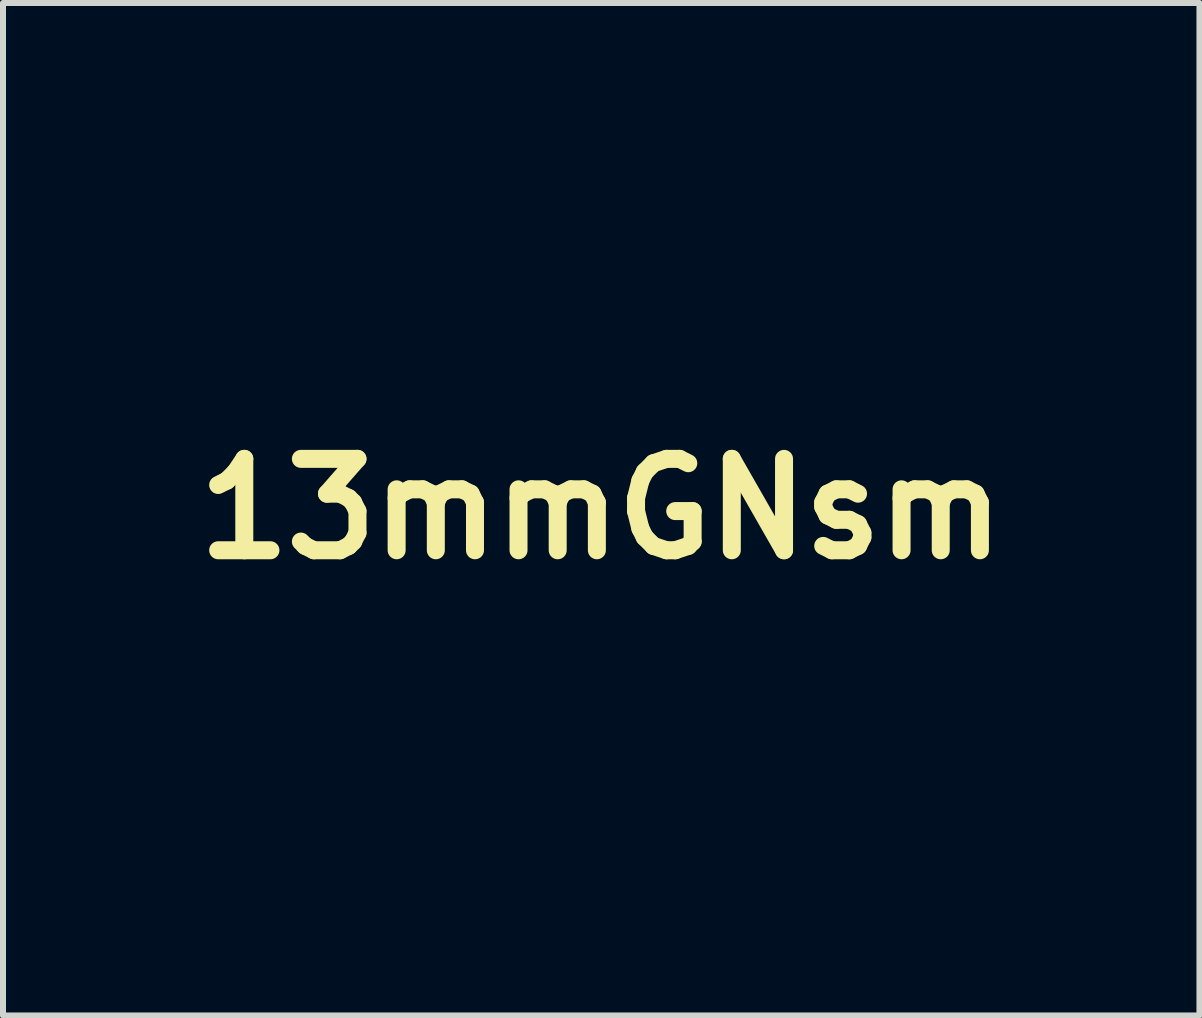
<source format=kicad_pcb>
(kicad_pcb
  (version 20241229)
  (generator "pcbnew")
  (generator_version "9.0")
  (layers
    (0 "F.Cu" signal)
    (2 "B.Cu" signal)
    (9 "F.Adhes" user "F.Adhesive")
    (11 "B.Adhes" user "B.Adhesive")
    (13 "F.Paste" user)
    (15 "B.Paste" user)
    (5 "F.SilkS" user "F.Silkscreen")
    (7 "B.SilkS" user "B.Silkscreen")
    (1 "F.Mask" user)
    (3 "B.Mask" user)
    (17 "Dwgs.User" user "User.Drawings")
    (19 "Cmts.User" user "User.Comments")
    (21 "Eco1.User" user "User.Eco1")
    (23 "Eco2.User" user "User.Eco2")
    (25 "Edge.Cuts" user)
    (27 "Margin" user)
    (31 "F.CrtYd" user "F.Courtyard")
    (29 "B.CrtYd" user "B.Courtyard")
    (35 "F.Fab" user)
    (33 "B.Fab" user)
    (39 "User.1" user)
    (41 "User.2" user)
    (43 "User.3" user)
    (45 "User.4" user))
  (footprint "13mmGNsm"
    (layer "F.Cu")
    (at 6.974 5.435)
    (property "Reference" "13mmGNsm" (at 0 0 0) (layer "F.SilkS") (effects (font (size 1.524 1.524) (thickness 0.3))))
    (attr through_hole)
    (fp_poly (pts (xy -3.556 -0.96) (xy -3.564 -0.953) (xy -3.572 -0.96) (xy -3.564 -0.968) (xy -3.556 -0.96)) (stroke (width 0.01) (type solid)) (fill yes) (layer "F.Mask"))
    (fp_poly (pts (xy -3.54 -1.008) (xy -3.548 -1) (xy -3.556 -1.008) (xy -3.548 -1.016) (xy -3.54 -1.008)) (stroke (width 0.01) (type solid)) (fill yes) (layer "F.Mask"))
    (fp_poly (pts (xy -3.54 0.738) (xy -3.548 0.746) (xy -3.556 0.738) (xy -3.548 0.73) (xy -3.54 0.738)) (stroke (width 0.01) (type solid)) (fill yes) (layer "F.Mask"))
    (fp_poly (pts (xy -3.524 -1.04) (xy -3.532 -1.032) (xy -3.54 -1.04) (xy -3.532 -1.048) (xy -3.524 -1.04)) (stroke (width 0.01) (type solid)) (fill yes) (layer "F.Mask"))
    (fp_poly (pts (xy -3.524 0.786) (xy -3.532 0.794) (xy -3.54 0.786) (xy -3.532 0.778) (xy -3.524 0.786)) (stroke (width 0.01) (type solid)) (fill yes) (layer "F.Mask"))
    (fp_poly (pts (xy -3.508 -1.072) (xy -3.516 -1.064) (xy -3.524 -1.072) (xy -3.516 -1.079) (xy -3.508 -1.072)) (stroke (width 0.01) (type solid)) (fill yes) (layer "F.Mask"))
    (fp_poly (pts (xy -3.508 0.833) (xy -3.516 0.841) (xy -3.524 0.833) (xy -3.516 0.826) (xy -3.508 0.833)) (stroke (width 0.01) (type solid)) (fill yes) (layer "F.Mask"))
    (fp_poly (pts (xy -3.493 -1.103) (xy -3.5 -1.095) (xy -3.508 -1.103) (xy -3.5 -1.111) (xy -3.493 -1.103)) (stroke (width 0.01) (type solid)) (fill yes) (layer "F.Mask"))
    (fp_poly (pts (xy -3.477 -1.135) (xy -3.485 -1.127) (xy -3.493 -1.135) (xy -3.485 -1.143) (xy -3.477 -1.135)) (stroke (width 0.01) (type solid)) (fill yes) (layer "F.Mask"))
    (fp_poly (pts (xy -3.477 0.913) (xy -3.485 0.921) (xy -3.493 0.913) (xy -3.485 0.905) (xy -3.477 0.913)) (stroke (width 0.01) (type solid)) (fill yes) (layer "F.Mask"))
    (fp_poly (pts (xy -3.461 -1.167) (xy -3.469 -1.159) (xy -3.477 -1.167) (xy -3.469 -1.175) (xy -3.461 -1.167)) (stroke (width 0.01) (type solid)) (fill yes) (layer "F.Mask"))
    (fp_poly (pts (xy -3.445 0.992) (xy -3.453 1) (xy -3.461 0.992) (xy -3.453 0.984) (xy -3.445 0.992)) (stroke (width 0.01) (type solid)) (fill yes) (layer "F.Mask"))
    (fp_poly (pts (xy -3.429 1.024) (xy -3.437 1.032) (xy -3.445 1.024) (xy -3.437 1.016) (xy -3.429 1.024)) (stroke (width 0.01) (type solid)) (fill yes) (layer "F.Mask"))
    (fp_poly (pts (xy -3.413 1.056) (xy -3.421 1.064) (xy -3.429 1.056) (xy -3.421 1.048) (xy -3.413 1.056)) (stroke (width 0.01) (type solid)) (fill yes) (layer "F.Mask"))
    (fp_poly (pts (xy -3.397 1.087) (xy -3.405 1.095) (xy -3.413 1.087) (xy -3.405 1.079) (xy -3.397 1.087)) (stroke (width 0.01) (type solid)) (fill yes) (layer "F.Mask"))
    (fp_poly (pts (xy -3.381 -1.294) (xy -3.389 -1.286) (xy -3.397 -1.294) (xy -3.389 -1.302) (xy -3.381 -1.294)) (stroke (width 0.01) (type solid)) (fill yes) (layer "F.Mask"))
    (fp_poly (pts (xy -3.381 1.119) (xy -3.389 1.127) (xy -3.397 1.119) (xy -3.389 1.111) (xy -3.381 1.119)) (stroke (width 0.01) (type solid)) (fill yes) (layer "F.Mask"))
    (fp_poly (pts (xy -3.365 1.151) (xy -3.373 1.159) (xy -3.381 1.151) (xy -3.373 1.143) (xy -3.365 1.151)) (stroke (width 0.01) (type solid)) (fill yes) (layer "F.Mask"))
    (fp_poly (pts (xy -3.35 -1.341) (xy -3.358 -1.333) (xy -3.365 -1.341) (xy -3.358 -1.349) (xy -3.35 -1.341)) (stroke (width 0.01) (type solid)) (fill yes) (layer "F.Mask"))
    (fp_poly (pts (xy -3.207 0.611) (xy -3.215 0.619) (xy -3.223 0.611) (xy -3.215 0.603) (xy -3.207 0.611)) (stroke (width 0.01) (type solid)) (fill yes) (layer "F.Mask"))
    (fp_poly (pts (xy -3.191 0.579) (xy -3.199 0.587) (xy -3.207 0.579) (xy -3.199 0.572) (xy -3.191 0.579)) (stroke (width 0.01) (type solid)) (fill yes) (layer "F.Mask"))
    (fp_poly (pts (xy -3.191 0.881) (xy -3.199 0.889) (xy -3.207 0.881) (xy -3.199 0.873) (xy -3.191 0.881)) (stroke (width 0.01) (type solid)) (fill yes) (layer "F.Mask"))
    (fp_poly (pts (xy -3.175 0.913) (xy -3.183 0.921) (xy -3.191 0.913) (xy -3.183 0.905) (xy -3.175 0.913)) (stroke (width 0.01) (type solid)) (fill yes) (layer "F.Mask"))
    (fp_poly (pts (xy -3.111 1.5) (xy -3.119 1.508) (xy -3.127 1.5) (xy -3.119 1.492) (xy -3.111 1.5)) (stroke (width 0.01) (type solid)) (fill yes) (layer "F.Mask"))
    (fp_poly (pts (xy -3.08 1.532) (xy -3.088 1.54) (xy -3.096 1.532) (xy -3.088 1.524) (xy -3.08 1.532)) (stroke (width 0.01) (type solid)) (fill yes) (layer "F.Mask"))
    (fp_poly (pts (xy -2.953 1.643) (xy -2.961 1.651) (xy -2.969 1.643) (xy -2.961 1.635) (xy -2.953 1.643)) (stroke (width 0.01) (type solid)) (fill yes) (layer "F.Mask"))
    (fp_poly (pts (xy -2.81 -1.818) (xy -2.818 -1.81) (xy -2.826 -1.818) (xy -2.818 -1.826) (xy -2.81 -1.818)) (stroke (width 0.01) (type solid)) (fill yes) (layer "F.Mask"))
    (fp_poly (pts (xy -2.461 0.802) (xy -2.469 0.81) (xy -2.477 0.802) (xy -2.469 0.794) (xy -2.461 0.802)) (stroke (width 0.01) (type solid)) (fill yes) (layer "F.Mask"))
    (fp_poly (pts (xy -2.318 -1.77) (xy -2.326 -1.762) (xy -2.334 -1.77) (xy -2.326 -1.778) (xy -2.318 -1.77)) (stroke (width 0.01) (type solid)) (fill yes) (layer "F.Mask"))
    (fp_poly (pts (xy -2.223 -2.024) (xy -2.23 -2.016) (xy -2.238 -2.024) (xy -2.23 -2.032) (xy -2.223 -2.024)) (stroke (width 0.01) (type solid)) (fill yes) (layer "F.Mask"))
    (fp_poly (pts (xy -2.207 0.611) (xy -2.215 0.619) (xy -2.223 0.611) (xy -2.215 0.603) (xy -2.207 0.611)) (stroke (width 0.01) (type solid)) (fill yes) (layer "F.Mask"))
    (fp_poly (pts (xy -1.968 -1.77) (xy -1.976 -1.762) (xy -1.984 -1.77) (xy -1.976 -1.778) (xy -1.968 -1.77)) (stroke (width 0.01) (type solid)) (fill yes) (layer "F.Mask"))
    (fp_poly (pts (xy -1.921 1.659) (xy -1.929 1.667) (xy -1.937 1.659) (xy -1.929 1.651) (xy -1.921 1.659)) (stroke (width 0.01) (type solid)) (fill yes) (layer "F.Mask"))
    (fp_poly (pts (xy -1.46 0.04) (xy -1.468 0.048) (xy -1.476 0.04) (xy -1.468 0.032) (xy -1.46 0.04)) (stroke (width 0.01) (type solid)) (fill yes) (layer "F.Mask"))
    (fp_poly (pts (xy -1.397 0.992) (xy -1.405 1) (xy -1.413 0.992) (xy -1.405 0.984) (xy -1.397 0.992)) (stroke (width 0.01) (type solid)) (fill yes) (layer "F.Mask"))
    (fp_poly (pts (xy -1.349 0.913) (xy -1.357 0.921) (xy -1.365 0.913) (xy -1.357 0.905) (xy -1.349 0.913)) (stroke (width 0.01) (type solid)) (fill yes) (layer "F.Mask"))
    (fp_poly (pts (xy -1.254 0.754) (xy -1.262 0.762) (xy -1.27 0.754) (xy -1.262 0.746) (xy -1.254 0.754)) (stroke (width 0.01) (type solid)) (fill yes) (layer "F.Mask"))
    (fp_poly (pts (xy -1.222 0.706) (xy -1.23 0.714) (xy -1.238 0.706) (xy -1.23 0.699) (xy -1.222 0.706)) (stroke (width 0.01) (type solid)) (fill yes) (layer "F.Mask"))
    (fp_poly (pts (xy -1.127 -2.024) (xy -1.135 -2.016) (xy -1.143 -2.024) (xy -1.135 -2.032) (xy -1.127 -2.024)) (stroke (width 0.01) (type solid)) (fill yes) (layer "F.Mask"))
    (fp_poly (pts (xy -1.064 -2.008) (xy -1.072 -2) (xy -1.079 -2.008) (xy -1.072 -2.016) (xy -1.064 -2.008)) (stroke (width 0.01) (type solid)) (fill yes) (layer "F.Mask"))
    (fp_poly (pts (xy -1.064 0.437) (xy -1.072 0.445) (xy -1.079 0.437) (xy -1.072 0.429) (xy -1.064 0.437)) (stroke (width 0.01) (type solid)) (fill yes) (layer "F.Mask"))
    (fp_poly (pts (xy -1.016 0.357) (xy -1.024 0.365) (xy -1.032 0.357) (xy -1.024 0.349) (xy -1.016 0.357)) (stroke (width 0.01) (type solid)) (fill yes) (layer "F.Mask"))
    (fp_poly (pts (xy -0.984 0.31) (xy -0.992 0.318) (xy -1 0.31) (xy -0.992 0.302) (xy -0.984 0.31)) (stroke (width 0.01) (type solid)) (fill yes) (layer "F.Mask"))
    (fp_poly (pts (xy -0.968 0.278) (xy -0.976 0.286) (xy -0.984 0.278) (xy -0.976 0.27) (xy -0.968 0.278)) (stroke (width 0.01) (type solid)) (fill yes) (layer "F.Mask"))
    (fp_poly (pts (xy -0.937 -0.357) (xy -0.945 -0.349) (xy -0.953 -0.357) (xy -0.945 -0.365) (xy -0.937 -0.357)) (stroke (width 0.01) (type solid)) (fill yes) (layer "F.Mask"))
    (fp_poly (pts (xy -0.937 0.23) (xy -0.945 0.238) (xy -0.953 0.23) (xy -0.945 0.222) (xy -0.937 0.23)) (stroke (width 0.01) (type solid)) (fill yes) (layer "F.Mask"))
    (fp_poly (pts (xy -0.921 0.198) (xy -0.929 0.206) (xy -0.937 0.198) (xy -0.929 0.191) (xy -0.921 0.198)) (stroke (width 0.01) (type solid)) (fill yes) (layer "F.Mask"))
    (fp_poly (pts (xy -0.889 0.151) (xy -0.897 0.159) (xy -0.905 0.151) (xy -0.897 0.143) (xy -0.889 0.151)) (stroke (width 0.01) (type solid)) (fill yes) (layer "F.Mask"))
    (fp_poly (pts (xy -0.873 0.119) (xy -0.881 0.127) (xy -0.889 0.119) (xy -0.881 0.111) (xy -0.873 0.119)) (stroke (width 0.01) (type solid)) (fill yes) (layer "F.Mask"))
    (fp_poly (pts (xy -0.841 0.96) (xy -0.849 0.968) (xy -0.857 0.96) (xy -0.849 0.953) (xy -0.841 0.96)) (stroke (width 0.01) (type solid)) (fill yes) (layer "F.Mask"))
    (fp_poly (pts (xy -0.826 1.294) (xy -0.833 1.302) (xy -0.841 1.294) (xy -0.833 1.286) (xy -0.826 1.294)) (stroke (width 0.01) (type solid)) (fill yes) (layer "F.Mask"))
    (fp_poly (pts (xy -0.81 1.326) (xy -0.818 1.333) (xy -0.826 1.326) (xy -0.818 1.318) (xy -0.81 1.326)) (stroke (width 0.01) (type solid)) (fill yes) (layer "F.Mask"))
    (fp_poly (pts (xy -0.794 0.818) (xy -0.802 0.826) (xy -0.81 0.818) (xy -0.802 0.81) (xy -0.794 0.818)) (stroke (width 0.01) (type solid)) (fill yes) (layer "F.Mask"))
    (fp_poly (pts (xy -0.778 0.786) (xy -0.786 0.794) (xy -0.794 0.786) (xy -0.786 0.778) (xy -0.778 0.786)) (stroke (width 0.01) (type solid)) (fill yes) (layer "F.Mask"))
    (fp_poly (pts (xy -0.762 0.754) (xy -0.77 0.762) (xy -0.778 0.754) (xy -0.77 0.746) (xy -0.762 0.754)) (stroke (width 0.01) (type solid)) (fill yes) (layer "F.Mask"))
    (fp_poly (pts (xy -0.699 -0.516) (xy -0.706 -0.508) (xy -0.714 -0.516) (xy -0.706 -0.524) (xy -0.699 -0.516)) (stroke (width 0.01) (type solid)) (fill yes) (layer "F.Mask"))
    (fp_poly (pts (xy -0.699 -0.167) (xy -0.706 -0.159) (xy -0.714 -0.167) (xy -0.706 -0.175) (xy -0.699 -0.167)) (stroke (width 0.01) (type solid)) (fill yes) (layer "F.Mask"))
    (fp_poly (pts (xy -0.667 -0.532) (xy -0.675 -0.524) (xy -0.683 -0.532) (xy -0.675 -0.54) (xy -0.667 -0.532)) (stroke (width 0.01) (type solid)) (fill yes) (layer "F.Mask"))
    (fp_poly (pts (xy -0.603 1.532) (xy -0.611 1.54) (xy -0.619 1.532) (xy -0.611 1.524) (xy -0.603 1.532)) (stroke (width 0.01) (type solid)) (fill yes) (layer "F.Mask"))
    (fp_poly (pts (xy -0.587 -0.278) (xy -0.595 -0.27) (xy -0.603 -0.278) (xy -0.595 -0.286) (xy -0.587 -0.278)) (stroke (width 0.01) (type solid)) (fill yes) (layer "F.Mask"))
    (fp_poly (pts (xy -0.572 1.548) (xy -0.579 1.556) (xy -0.587 1.548) (xy -0.579 1.54) (xy -0.572 1.548)) (stroke (width 0.01) (type solid)) (fill yes) (layer "F.Mask"))
    (fp_poly (pts (xy -0.556 -0.294) (xy -0.564 -0.286) (xy -0.572 -0.294) (xy -0.564 -0.302) (xy -0.556 -0.294)) (stroke (width 0.01) (type solid)) (fill yes) (layer "F.Mask"))
    (fp_poly (pts (xy -0.524 1.564) (xy -0.532 1.572) (xy -0.54 1.564) (xy -0.532 1.556) (xy -0.524 1.564)) (stroke (width 0.01) (type solid)) (fill yes) (layer "F.Mask"))
    (fp_poly (pts (xy -0.397 0.024) (xy -0.405 0.032) (xy -0.413 0.024) (xy -0.405 0.016) (xy -0.397 0.024)) (stroke (width 0.01) (type solid)) (fill yes) (layer "F.Mask"))
    (fp_poly (pts (xy -0.286 -1.389) (xy -0.294 -1.381) (xy -0.302 -1.389) (xy -0.294 -1.397) (xy -0.286 -1.389)) (stroke (width 0.01) (type solid)) (fill yes) (layer "F.Mask"))
    (fp_poly (pts (xy -0.143 1.532) (xy -0.151 1.54) (xy -0.159 1.532) (xy -0.151 1.524) (xy -0.143 1.532)) (stroke (width 0.01) (type solid)) (fill yes) (layer "F.Mask"))
    (fp_poly (pts (xy -0.111 1.516) (xy -0.119 1.524) (xy -0.127 1.516) (xy -0.119 1.508) (xy -0.111 1.516)) (stroke (width 0.01) (type solid)) (fill yes) (layer "F.Mask"))
    (fp_poly (pts (xy -0.079 1.5) (xy -0.087 1.508) (xy -0.095 1.5) (xy -0.087 1.492) (xy -0.079 1.5)) (stroke (width 0.01) (type solid)) (fill yes) (layer "F.Mask"))
    (fp_poly (pts (xy -0.032 1.468) (xy -0.04 1.476) (xy -0.048 1.468) (xy -0.04 1.46) (xy -0.032 1.468)) (stroke (width 0.01) (type solid)) (fill yes) (layer "F.Mask"))
    (fp_poly (pts (xy 0.079 0.278) (xy 0.071 0.286) (xy 0.064 0.278) (xy 0.071 0.27) (xy 0.079 0.278)) (stroke (width 0.01) (type solid)) (fill yes) (layer "F.Mask"))
    (fp_poly (pts (xy 0.095 0.373) (xy 0.087 0.381) (xy 0.079 0.373) (xy 0.087 0.365) (xy 0.095 0.373)) (stroke (width 0.01) (type solid)) (fill yes) (layer "F.Mask"))
    (fp_poly (pts (xy 0.127 1.278) (xy 0.119 1.286) (xy 0.111 1.278) (xy 0.119 1.27) (xy 0.127 1.278)) (stroke (width 0.01) (type solid)) (fill yes) (layer "F.Mask"))
    (fp_poly (pts (xy 0.143 1.23) (xy 0.135 1.238) (xy 0.127 1.23) (xy 0.135 1.222) (xy 0.143 1.23)) (stroke (width 0.01) (type solid)) (fill yes) (layer "F.Mask"))
    (fp_poly (pts (xy 0.206 0.325) (xy 0.198 0.333) (xy 0.191 0.325) (xy 0.198 0.318) (xy 0.206 0.325)) (stroke (width 0.01) (type solid)) (fill yes) (layer "F.Mask"))
    (fp_poly (pts (xy 0.222 0.405) (xy 0.214 0.413) (xy 0.206 0.405) (xy 0.214 0.397) (xy 0.222 0.405)) (stroke (width 0.01) (type solid)) (fill yes) (layer "F.Mask"))
    (fp_poly (pts (xy 0.349 -1.389) (xy 0.341 -1.381) (xy 0.333 -1.389) (xy 0.341 -1.397) (xy 0.349 -1.389)) (stroke (width 0.01) (type solid)) (fill yes) (layer "F.Mask"))
    (fp_poly (pts (xy 0.381 1.246) (xy 0.373 1.254) (xy 0.365 1.246) (xy 0.373 1.238) (xy 0.381 1.246)) (stroke (width 0.01) (type solid)) (fill yes) (layer "F.Mask"))
    (fp_poly (pts (xy 0.397 1.326) (xy 0.389 1.333) (xy 0.381 1.326) (xy 0.389 1.318) (xy 0.397 1.326)) (stroke (width 0.01) (type solid)) (fill yes) (layer "F.Mask"))
    (fp_poly (pts (xy 0.429 -1.024) (xy 0.421 -1.016) (xy 0.413 -1.024) (xy 0.421 -1.032) (xy 0.429 -1.024)) (stroke (width 0.01) (type solid)) (fill yes) (layer "F.Mask"))
    (fp_poly (pts (xy 0.492 -0.31) (xy 0.484 -0.302) (xy 0.476 -0.31) (xy 0.484 -0.318) (xy 0.492 -0.31)) (stroke (width 0.01) (type solid)) (fill yes) (layer "F.Mask"))
    (fp_poly (pts (xy 0.508 -0.278) (xy 0.5 -0.27) (xy 0.492 -0.278) (xy 0.5 -0.286) (xy 0.508 -0.278)) (stroke (width 0.01) (type solid)) (fill yes) (layer "F.Mask"))
    (fp_poly (pts (xy 0.524 -0.246) (xy 0.516 -0.238) (xy 0.508 -0.246) (xy 0.516 -0.254) (xy 0.524 -0.246)) (stroke (width 0.01) (type solid)) (fill yes) (layer "F.Mask"))
    (fp_poly (pts (xy 0.556 -1.135) (xy 0.548 -1.127) (xy 0.54 -1.135) (xy 0.548 -1.143) (xy 0.556 -1.135)) (stroke (width 0.01) (type solid)) (fill yes) (layer "F.Mask"))
    (fp_poly (pts (xy 0.556 -0.198) (xy 0.548 -0.191) (xy 0.54 -0.198) (xy 0.548 -0.206) (xy 0.556 -0.198)) (stroke (width 0.01) (type solid)) (fill yes) (layer "F.Mask"))
    (fp_poly (pts (xy 0.587 -1.151) (xy 0.579 -1.143) (xy 0.572 -1.151) (xy 0.579 -1.159) (xy 0.587 -1.151)) (stroke (width 0.01) (type solid)) (fill yes) (layer "F.Mask"))
    (fp_poly (pts (xy 0.587 -0.151) (xy 0.579 -0.143) (xy 0.572 -0.151) (xy 0.579 -0.159) (xy 0.587 -0.151)) (stroke (width 0.01) (type solid)) (fill yes) (layer "F.Mask"))
    (fp_poly (pts (xy 0.619 -0.103) (xy 0.611 -0.095) (xy 0.603 -0.103) (xy 0.611 -0.111) (xy 0.619 -0.103)) (stroke (width 0.01) (type solid)) (fill yes) (layer "F.Mask"))
    (fp_poly (pts (xy 0.635 -1.167) (xy 0.627 -1.159) (xy 0.619 -1.167) (xy 0.627 -1.175) (xy 0.635 -1.167)) (stroke (width 0.01) (type solid)) (fill yes) (layer "F.Mask"))
    (fp_poly (pts (xy 0.667 -0.024) (xy 0.659 -0.016) (xy 0.651 -0.024) (xy 0.659 -0.032) (xy 0.667 -0.024)) (stroke (width 0.01) (type solid)) (fill yes) (layer "F.Mask"))
    (fp_poly (pts (xy 0.794 2.215) (xy 0.786 2.223) (xy 0.778 2.215) (xy 0.786 2.207) (xy 0.794 2.215)) (stroke (width 0.01) (type solid)) (fill yes) (layer "F.Mask"))
    (fp_poly (pts (xy 0.826 2.23) (xy 0.818 2.238) (xy 0.81 2.23) (xy 0.818 2.223) (xy 0.826 2.23)) (stroke (width 0.01) (type solid)) (fill yes) (layer "F.Mask"))
    (fp_poly (pts (xy 0.841 -1.167) (xy 0.833 -1.159) (xy 0.826 -1.167) (xy 0.833 -1.175) (xy 0.841 -1.167)) (stroke (width 0.01) (type solid)) (fill yes) (layer "F.Mask"))
    (fp_poly (pts (xy 0.857 2.246) (xy 0.849 2.254) (xy 0.841 2.246) (xy 0.849 2.238) (xy 0.857 2.246)) (stroke (width 0.01) (type solid)) (fill yes) (layer "F.Mask"))
    (fp_poly (pts (xy 0.905 2.262) (xy 0.897 2.27) (xy 0.889 2.262) (xy 0.897 2.254) (xy 0.905 2.262)) (stroke (width 0.01) (type solid)) (fill yes) (layer "F.Mask"))
    (fp_poly (pts (xy 0.921 0.373) (xy 0.913 0.381) (xy 0.905 0.373) (xy 0.913 0.365) (xy 0.921 0.373)) (stroke (width 0.01) (type solid)) (fill yes) (layer "F.Mask"))
    (fp_poly (pts (xy 0.953 0.421) (xy 0.945 0.429) (xy 0.937 0.421) (xy 0.945 0.413) (xy 0.953 0.421)) (stroke (width 0.01) (type solid)) (fill yes) (layer "F.Mask"))
    (fp_poly (pts (xy 0.968 -1.056) (xy 0.96 -1.048) (xy 0.953 -1.056) (xy 0.96 -1.064) (xy 0.968 -1.056)) (stroke (width 0.01) (type solid)) (fill yes) (layer "F.Mask"))
    (fp_poly (pts (xy 0.984 -1.008) (xy 0.976 -1) (xy 0.968 -1.008) (xy 0.976 -1.016) (xy 0.984 -1.008)) (stroke (width 0.01) (type solid)) (fill yes) (layer "F.Mask"))
    (fp_poly (pts (xy 0.984 0.468) (xy 0.976 0.476) (xy 0.968 0.468) (xy 0.976 0.46) (xy 0.984 0.468)) (stroke (width 0.01) (type solid)) (fill yes) (layer "F.Mask"))
    (fp_poly (pts (xy 1 -1.453) (xy 0.992 -1.445) (xy 0.984 -1.453) (xy 0.992 -1.46) (xy 1 -1.453)) (stroke (width 0.01) (type solid)) (fill yes) (layer "F.Mask"))
    (fp_poly (pts (xy 1.032 -1.437) (xy 1.024 -1.429) (xy 1.016 -1.437) (xy 1.024 -1.445) (xy 1.032 -1.437)) (stroke (width 0.01) (type solid)) (fill yes) (layer "F.Mask"))
    (fp_poly (pts (xy 1.064 -1.421) (xy 1.056 -1.413) (xy 1.048 -1.421) (xy 1.056 -1.429) (xy 1.064 -1.421)) (stroke (width 0.01) (type solid)) (fill yes) (layer "F.Mask"))
    (fp_poly (pts (xy 1.095 -1.405) (xy 1.087 -1.397) (xy 1.079 -1.405) (xy 1.087 -1.413) (xy 1.095 -1.405)) (stroke (width 0.01) (type solid)) (fill yes) (layer "F.Mask"))
    (fp_poly (pts (xy 1.095 -0.246) (xy 1.087 -0.238) (xy 1.079 -0.246) (xy 1.087 -0.254) (xy 1.095 -0.246)) (stroke (width 0.01) (type solid)) (fill yes) (layer "F.Mask"))
    (fp_poly (pts (xy 1.111 -0.198) (xy 1.103 -0.191) (xy 1.095 -0.198) (xy 1.103 -0.206) (xy 1.111 -0.198)) (stroke (width 0.01) (type solid)) (fill yes) (layer "F.Mask"))
    (fp_poly (pts (xy 1.127 -0.167) (xy 1.119 -0.159) (xy 1.111 -0.167) (xy 1.119 -0.175) (xy 1.127 -0.167)) (stroke (width 0.01) (type solid)) (fill yes) (layer "F.Mask"))
    (fp_poly (pts (xy 1.143 -1.373) (xy 1.135 -1.365) (xy 1.127 -1.373) (xy 1.135 -1.381) (xy 1.143 -1.373)) (stroke (width 0.01) (type solid)) (fill yes) (layer "F.Mask"))
    (fp_poly (pts (xy 1.143 -0.135) (xy 1.135 -0.127) (xy 1.127 -0.135) (xy 1.135 -0.143) (xy 1.143 -0.135)) (stroke (width 0.01) (type solid)) (fill yes) (layer "F.Mask"))
    (fp_poly (pts (xy 1.159 -0.103) (xy 1.151 -0.095) (xy 1.143 -0.103) (xy 1.151 -0.111) (xy 1.159 -0.103)) (stroke (width 0.01) (type solid)) (fill yes) (layer "F.Mask"))
    (fp_poly (pts (xy 1.206 0.818) (xy 1.199 0.826) (xy 1.191 0.818) (xy 1.199 0.81) (xy 1.206 0.818)) (stroke (width 0.01) (type solid)) (fill yes) (layer "F.Mask"))
    (fp_poly (pts (xy 1.318 2.246) (xy 1.31 2.254) (xy 1.302 2.246) (xy 1.31 2.238) (xy 1.318 2.246)) (stroke (width 0.01) (type solid)) (fill yes) (layer "F.Mask"))
    (fp_poly (pts (xy 1.349 1.04) (xy 1.341 1.048) (xy 1.333 1.04) (xy 1.341 1.032) (xy 1.349 1.04)) (stroke (width 0.01) (type solid)) (fill yes) (layer "F.Mask"))
    (fp_poly (pts (xy 1.365 2.23) (xy 1.357 2.238) (xy 1.349 2.23) (xy 1.357 2.223) (xy 1.365 2.23)) (stroke (width 0.01) (type solid)) (fill yes) (layer "F.Mask"))
    (fp_poly (pts (xy 1.381 1.087) (xy 1.373 1.095) (xy 1.365 1.087) (xy 1.373 1.079) (xy 1.381 1.087)) (stroke (width 0.01) (type solid)) (fill yes) (layer "F.Mask"))
    (fp_poly (pts (xy 1.397 2.215) (xy 1.389 2.223) (xy 1.381 2.215) (xy 1.389 2.207) (xy 1.397 2.215)) (stroke (width 0.01) (type solid)) (fill yes) (layer "F.Mask"))
    (fp_poly (pts (xy 1.413 1.135) (xy 1.405 1.143) (xy 1.397 1.135) (xy 1.405 1.127) (xy 1.413 1.135)) (stroke (width 0.01) (type solid)) (fill yes) (layer "F.Mask"))
    (fp_poly (pts (xy 1.429 2.199) (xy 1.421 2.207) (xy 1.413 2.199) (xy 1.421 2.191) (xy 1.429 2.199)) (stroke (width 0.01) (type solid)) (fill yes) (layer "F.Mask"))
    (fp_poly (pts (xy 1.587 1.453) (xy 1.58 1.46) (xy 1.572 1.453) (xy 1.58 1.445) (xy 1.587 1.453)) (stroke (width 0.01) (type solid)) (fill yes) (layer "F.Mask"))
    (fp_poly (pts (xy 1.603 2.04) (xy 1.595 2.048) (xy 1.587 2.04) (xy 1.595 2.032) (xy 1.603 2.04)) (stroke (width 0.01) (type solid)) (fill yes) (layer "F.Mask"))
    (fp_poly (pts (xy 1.619 1.532) (xy 1.611 1.54) (xy 1.603 1.532) (xy 1.611 1.524) (xy 1.619 1.532)) (stroke (width 0.01) (type solid)) (fill yes) (layer "F.Mask"))
    (fp_poly (pts (xy 1.619 2.008) (xy 1.611 2.016) (xy 1.603 2.008) (xy 1.611 2) (xy 1.619 2.008)) (stroke (width 0.01) (type solid)) (fill yes) (layer "F.Mask"))
    (fp_poly (pts (xy 1.635 1.976) (xy 1.627 1.984) (xy 1.619 1.976) (xy 1.627 1.968) (xy 1.635 1.976)) (stroke (width 0.01) (type solid)) (fill yes) (layer "F.Mask"))
    (fp_poly (pts (xy 2 -0.532) (xy 1.992 -0.524) (xy 1.984 -0.532) (xy 1.992 -0.54) (xy 2 -0.532)) (stroke (width 0.01) (type solid)) (fill yes) (layer "F.Mask"))
    (fp_poly (pts (xy 2.064 0.897) (xy 2.056 0.905) (xy 2.048 0.897) (xy 2.056 0.889) (xy 2.064 0.897)) (stroke (width 0.01) (type solid)) (fill yes) (layer "F.Mask"))
    (fp_poly (pts (xy 2.191 1.024) (xy 2.183 1.032) (xy 2.175 1.024) (xy 2.183 1.016) (xy 2.191 1.024)) (stroke (width 0.01) (type solid)) (fill yes) (layer "F.Mask"))
    (fp_poly (pts (xy 2.492 -1.532) (xy 2.484 -1.524) (xy 2.477 -1.532) (xy 2.484 -1.54) (xy 2.492 -1.532)) (stroke (width 0.01) (type solid)) (fill yes) (layer "F.Mask"))
    (fp_poly (pts (xy 2.524 -1.627) (xy 2.516 -1.619) (xy 2.508 -1.627) (xy 2.516 -1.635) (xy 2.524 -1.627)) (stroke (width 0.01) (type solid)) (fill yes) (layer "F.Mask"))
    (fp_poly (pts (xy 2.524 -1.087) (xy 2.516 -1.079) (xy 2.508 -1.087) (xy 2.516 -1.095) (xy 2.524 -1.087)) (stroke (width 0.01) (type solid)) (fill yes) (layer "F.Mask"))
    (fp_poly (pts (xy 2.54 -1.659) (xy 2.532 -1.651) (xy 2.524 -1.659) (xy 2.532 -1.667) (xy 2.54 -1.659)) (stroke (width 0.01) (type solid)) (fill yes) (layer "F.Mask"))
    (fp_poly (pts (xy 2.572 -1.707) (xy 2.564 -1.699) (xy 2.556 -1.707) (xy 2.564 -1.714) (xy 2.572 -1.707)) (stroke (width 0.01) (type solid)) (fill yes) (layer "F.Mask"))
    (fp_poly (pts (xy 2.588 -0.929) (xy 2.58 -0.921) (xy 2.572 -0.929) (xy 2.58 -0.937) (xy 2.588 -0.929)) (stroke (width 0.01) (type solid)) (fill yes) (layer "F.Mask"))
    (fp_poly (pts (xy 2.603 -0.897) (xy 2.596 -0.889) (xy 2.588 -0.897) (xy 2.596 -0.905) (xy 2.603 -0.897)) (stroke (width 0.01) (type solid)) (fill yes) (layer "F.Mask"))
    (fp_poly (pts (xy 2.619 -0.865) (xy 2.611 -0.857) (xy 2.603 -0.865) (xy 2.611 -0.873) (xy 2.619 -0.865)) (stroke (width 0.01) (type solid)) (fill yes) (layer "F.Mask"))
    (fp_poly (pts (xy 2.635 -0.833) (xy 2.627 -0.826) (xy 2.619 -0.833) (xy 2.627 -0.841) (xy 2.635 -0.833)) (stroke (width 0.01) (type solid)) (fill yes) (layer "F.Mask"))
    (fp_poly (pts (xy 2.651 -0.802) (xy 2.643 -0.794) (xy 2.635 -0.802) (xy 2.643 -0.81) (xy 2.651 -0.802)) (stroke (width 0.01) (type solid)) (fill yes) (layer "F.Mask"))
    (fp_poly (pts (xy 2.651 0.167) (xy 2.643 0.175) (xy 2.635 0.167) (xy 2.643 0.159) (xy 2.651 0.167)) (stroke (width 0.01) (type solid)) (fill yes) (layer "F.Mask"))
    (fp_poly (pts (xy 2.842 -0.484) (xy 2.834 -0.476) (xy 2.826 -0.484) (xy 2.834 -0.492) (xy 2.842 -0.484)) (stroke (width 0.01) (type solid)) (fill yes) (layer "F.Mask"))
    (fp_poly (pts (xy 2.921 -0.357) (xy 2.913 -0.349) (xy 2.905 -0.357) (xy 2.913 -0.365) (xy 2.921 -0.357)) (stroke (width 0.01) (type solid)) (fill yes) (layer "F.Mask"))
    (fp_poly (pts (xy 2.953 -0.31) (xy 2.945 -0.302) (xy 2.937 -0.31) (xy 2.945 -0.318) (xy 2.953 -0.31)) (stroke (width 0.01) (type solid)) (fill yes) (layer "F.Mask"))
    (fp_poly (pts (xy 3 -0.23) (xy 2.992 -0.222) (xy 2.985 -0.23) (xy 2.992 -0.238) (xy 3 -0.23)) (stroke (width 0.01) (type solid)) (fill yes) (layer "F.Mask"))
    (fp_poly (pts (xy 3.032 -0.183) (xy 3.024 -0.175) (xy 3.016 -0.183) (xy 3.024 -0.191) (xy 3.032 -0.183)) (stroke (width 0.01) (type solid)) (fill yes) (layer "F.Mask"))
    (fp_poly (pts (xy 3.111 0.659) (xy 3.104 0.667) (xy 3.096 0.659) (xy 3.104 0.651) (xy 3.111 0.659)) (stroke (width 0.01) (type solid)) (fill yes) (layer "F.Mask"))
    (fp_poly (pts (xy 3.143 1.834) (xy 3.135 1.841) (xy 3.127 1.834) (xy 3.135 1.826) (xy 3.143 1.834)) (stroke (width 0.01) (type solid)) (fill yes) (layer "F.Mask"))
    (fp_poly (pts (xy 3.191 0.738) (xy 3.183 0.746) (xy 3.175 0.738) (xy 3.183 0.73) (xy 3.191 0.738)) (stroke (width 0.01) (type solid)) (fill yes) (layer "F.Mask"))
    (fp_poly (pts (xy 3.223 0.135) (xy 3.215 0.143) (xy 3.207 0.135) (xy 3.215 0.127) (xy 3.223 0.135)) (stroke (width 0.01) (type solid)) (fill yes) (layer "F.Mask"))
    (fp_poly (pts (xy 3.254 0.183) (xy 3.246 0.191) (xy 3.239 0.183) (xy 3.246 0.175) (xy 3.254 0.183)) (stroke (width 0.01) (type solid)) (fill yes) (layer "F.Mask"))
    (fp_poly (pts (xy 3.334 -1.834) (xy 3.326 -1.826) (xy 3.318 -1.834) (xy 3.326 -1.841) (xy 3.334 -1.834)) (stroke (width 0.01) (type solid)) (fill yes) (layer "F.Mask"))
    (fp_poly (pts (xy 3.365 0.357) (xy 3.358 0.365) (xy 3.35 0.357) (xy 3.358 0.349) (xy 3.365 0.357)) (stroke (width 0.01) (type solid)) (fill yes) (layer "F.Mask"))
    (fp_poly (pts (xy 3.381 0.389) (xy 3.373 0.397) (xy 3.365 0.389) (xy 3.373 0.381) (xy 3.381 0.389)) (stroke (width 0.01) (type solid)) (fill yes) (layer "F.Mask"))
    (fp_poly (pts (xy 3.413 0.437) (xy 3.405 0.445) (xy 3.397 0.437) (xy 3.405 0.429) (xy 3.413 0.437)) (stroke (width 0.01) (type solid)) (fill yes) (layer "F.Mask"))
    (fp_poly (pts (xy 3.524 -1.611) (xy 3.516 -1.603) (xy 3.508 -1.611) (xy 3.516 -1.619) (xy 3.524 -1.611)) (stroke (width 0.01) (type solid)) (fill yes) (layer "F.Mask"))
    (fp_poly (pts (xy 3.54 -1.58) (xy 3.532 -1.572) (xy 3.524 -1.58) (xy 3.532 -1.587) (xy 3.54 -1.58)) (stroke (width 0.01) (type solid)) (fill yes) (layer "F.Mask"))
    (fp_poly (pts (xy 3.556 -1.548) (xy 3.548 -1.54) (xy 3.54 -1.548) (xy 3.548 -1.556) (xy 3.556 -1.548)) (stroke (width 0.01) (type solid)) (fill yes) (layer "F.Mask"))
    (fp_poly (pts (xy 3.572 -1.516) (xy 3.564 -1.508) (xy 3.556 -1.516) (xy 3.564 -1.524) (xy 3.572 -1.516)) (stroke (width 0.01) (type solid)) (fill yes) (layer "F.Mask"))
    (fp_poly (pts (xy 3.826 1.23) (xy 3.818 1.238) (xy 3.81 1.23) (xy 3.818 1.222) (xy 3.826 1.23)) (stroke (width 0.01) (type solid)) (fill yes) (layer "F.Mask"))
    (fp_poly (pts (xy -3.498 0.863) (xy -3.496 0.881) (xy -3.498 0.884) (xy -3.507 0.882) (xy -3.508 0.873) (xy -3.503 0.86) (xy -3.498 0.863)) (stroke (width 0.01) (type solid)) (fill yes) (layer "F.Mask"))
    (fp_poly (pts (xy -3.466 0.942) (xy -3.464 0.961) (xy -3.466 0.963) (xy -3.475 0.961) (xy -3.477 0.953) (xy -3.471 0.939) (xy -3.466 0.942)) (stroke (width 0.01) (type solid)) (fill yes) (layer "F.Mask"))
    (fp_poly (pts (xy -3.228 0.663) (xy -3.226 0.695) (xy -3.228 0.702) (xy -3.234 0.704) (xy -3.236 0.683) (xy -3.233 0.66) (xy -3.228 0.663)) (stroke (width 0.01) (type solid)) (fill yes) (layer "F.Mask"))
    (fp_poly (pts (xy -2.244 -1.789) (xy -2.246 -1.779) (xy -2.254 -1.778) (xy -2.267 -1.784) (xy -2.265 -1.789) (xy -2.246 -1.79) (xy -2.244 -1.789)) (stroke (width 0.01) (type solid)) (fill yes) (layer "F.Mask"))
    (fp_poly (pts (xy -2.116 -2.042) (xy -2.12 -2.034) (xy -2.137 -2.033) (xy -2.153 -2.037) (xy -2.146 -2.043) (xy -2.121 -2.045) (xy -2.116 -2.042)) (stroke (width 0.01) (type solid)) (fill yes) (layer "F.Mask"))
    (fp_poly (pts (xy -2.037 -1.789) (xy -2.039 -1.779) (xy -2.048 -1.778) (xy -2.061 -1.784) (xy -2.058 -1.789) (xy -2.04 -1.79) (xy -2.037 -1.789)) (stroke (width 0.01) (type solid)) (fill yes) (layer "F.Mask"))
    (fp_poly (pts (xy -1.306 -2.057) (xy -1.311 -2.05) (xy -1.327 -2.049) (xy -1.344 -2.053) (xy -1.336 -2.059) (xy -1.312 -2.061) (xy -1.306 -2.057)) (stroke (width 0.01) (type solid)) (fill yes) (layer "F.Mask"))
    (fp_poly (pts (xy -1.212 -2.043) (xy -1.214 -2.033) (xy -1.222 -2.032) (xy -1.235 -2.038) (xy -1.233 -2.043) (xy -1.214 -2.044) (xy -1.212 -2.043)) (stroke (width 0.01) (type solid)) (fill yes) (layer "F.Mask"))
    (fp_poly (pts (xy -0.847 1.228) (xy -0.845 1.247) (xy -0.847 1.249) (xy -0.856 1.247) (xy -0.857 1.238) (xy -0.851 1.225) (xy -0.847 1.228)) (stroke (width 0.01) (type solid)) (fill yes) (layer "F.Mask"))
    (fp_poly (pts (xy -0.831 0.894) (xy -0.829 0.913) (xy -0.831 0.915) (xy -0.84 0.913) (xy -0.841 0.905) (xy -0.836 0.892) (xy -0.831 0.894)) (stroke (width 0.01) (type solid)) (fill yes) (layer "F.Mask"))
    (fp_poly (pts (xy -0.815 0.847) (xy -0.813 0.866) (xy -0.815 0.868) (xy -0.824 0.866) (xy -0.826 0.857) (xy -0.82 0.844) (xy -0.815 0.847)) (stroke (width 0.01) (type solid)) (fill yes) (layer "F.Mask"))
    (fp_poly (pts (xy -0.433 1.578) (xy -0.438 1.585) (xy -0.454 1.586) (xy -0.471 1.582) (xy -0.463 1.577) (xy -0.439 1.575) (xy -0.433 1.578)) (stroke (width 0.01) (type solid)) (fill yes) (layer "F.Mask"))
    (fp_poly (pts (xy -0.291 -0.582) (xy -0.293 -0.573) (xy -0.302 -0.572) (xy -0.315 -0.577) (xy -0.312 -0.582) (xy -0.293 -0.584) (xy -0.291 -0.582)) (stroke (width 0.01) (type solid)) (fill yes) (layer "F.Mask"))
    (fp_poly (pts (xy -0.275 -1.233) (xy -0.273 -1.214) (xy -0.275 -1.212) (xy -0.285 -1.214) (xy -0.286 -1.222) (xy -0.28 -1.235) (xy -0.275 -1.233)) (stroke (width 0.01) (type solid)) (fill yes) (layer "F.Mask"))
    (fp_poly (pts (xy -0.275 -1.321) (xy -0.273 -1.296) (xy -0.276 -1.29) (xy -0.283 -1.295) (xy -0.284 -1.311) (xy -0.281 -1.328) (xy -0.275 -1.321)) (stroke (width 0.01) (type solid)) (fill yes) (layer "F.Mask"))
    (fp_poly (pts (xy -0.243 1.561) (xy -0.246 1.57) (xy -0.254 1.572) (xy -0.267 1.566) (xy -0.265 1.561) (xy -0.246 1.559) (xy -0.243 1.561)) (stroke (width 0.01) (type solid)) (fill yes) (layer "F.Mask"))
    (fp_poly (pts (xy -0.18 1.545) (xy -0.182 1.555) (xy -0.191 1.556) (xy -0.204 1.55) (xy -0.201 1.545) (xy -0.182 1.543) (xy -0.18 1.545)) (stroke (width 0.01) (type solid)) (fill yes) (layer "F.Mask"))
    (fp_poly (pts (xy 0.106 0.466) (xy 0.108 0.485) (xy 0.106 0.487) (xy 0.096 0.485) (xy 0.095 0.476) (xy 0.101 0.463) (xy 0.106 0.466)) (stroke (width 0.01) (type solid)) (fill yes) (layer "F.Mask"))
    (fp_poly (pts (xy 0.122 0.561) (xy 0.124 0.58) (xy 0.122 0.582) (xy 0.112 0.58) (xy 0.111 0.572) (xy 0.117 0.558) (xy 0.122 0.561)) (stroke (width 0.01) (type solid)) (fill yes) (layer "F.Mask"))
    (fp_poly (pts (xy 0.138 0.656) (xy 0.139 0.675) (xy 0.138 0.677) (xy 0.128 0.675) (xy 0.127 0.667) (xy 0.133 0.654) (xy 0.138 0.656)) (stroke (width 0.01) (type solid)) (fill yes) (layer "F.Mask"))
    (fp_poly (pts (xy 0.153 1.164) (xy 0.155 1.183) (xy 0.153 1.185) (xy 0.144 1.183) (xy 0.143 1.175) (xy 0.149 1.162) (xy 0.153 1.164)) (stroke (width 0.01) (type solid)) (fill yes) (layer "F.Mask"))
    (fp_poly (pts (xy 0.169 1.06) (xy 0.171 1.092) (xy 0.169 1.099) (xy 0.163 1.101) (xy 0.161 1.079) (xy 0.164 1.057) (xy 0.169 1.06)) (stroke (width 0.01) (type solid)) (fill yes) (layer "F.Mask"))
    (fp_poly (pts (xy 0.233 0.482) (xy 0.235 0.5) (xy 0.233 0.503) (xy 0.223 0.501) (xy 0.222 0.492) (xy 0.228 0.479) (xy 0.233 0.482)) (stroke (width 0.01) (type solid)) (fill yes) (layer "F.Mask"))
    (fp_poly (pts (xy 0.249 0.561) (xy 0.251 0.58) (xy 0.249 0.582) (xy 0.239 0.58) (xy 0.238 0.572) (xy 0.244 0.558) (xy 0.249 0.561)) (stroke (width 0.01) (type solid)) (fill yes) (layer "F.Mask"))
    (fp_poly (pts (xy 0.265 0.648) (xy 0.267 0.673) (xy 0.264 0.678) (xy 0.256 0.674) (xy 0.255 0.657) (xy 0.259 0.641) (xy 0.265 0.648)) (stroke (width 0.01) (type solid)) (fill yes) (layer "F.Mask"))
    (fp_poly (pts (xy 0.312 0.894) (xy 0.314 0.913) (xy 0.312 0.915) (xy 0.303 0.913) (xy 0.302 0.905) (xy 0.307 0.892) (xy 0.312 0.894)) (stroke (width 0.01) (type solid)) (fill yes) (layer "F.Mask"))
    (fp_poly (pts (xy 0.328 0.981) (xy 0.33 1.006) (xy 0.327 1.012) (xy 0.32 1.007) (xy 0.319 0.991) (xy 0.323 0.974) (xy 0.328 0.981)) (stroke (width 0.01) (type solid)) (fill yes) (layer "F.Mask"))
    (fp_poly (pts (xy 0.344 1.069) (xy 0.346 1.088) (xy 0.344 1.09) (xy 0.335 1.088) (xy 0.333 1.079) (xy 0.339 1.066) (xy 0.344 1.069)) (stroke (width 0.01) (type solid)) (fill yes) (layer "F.Mask"))
    (fp_poly (pts (xy 0.36 1.148) (xy 0.362 1.167) (xy 0.36 1.169) (xy 0.35 1.167) (xy 0.349 1.159) (xy 0.355 1.146) (xy 0.36 1.148)) (stroke (width 0.01) (type solid)) (fill yes) (layer "F.Mask"))
    (fp_poly (pts (xy 0.709 -1.185) (xy 0.707 -1.176) (xy 0.699 -1.175) (xy 0.685 -1.181) (xy 0.688 -1.185) (xy 0.707 -1.187) (xy 0.709 -1.185)) (stroke (width 0.01) (type solid)) (fill yes) (layer "F.Mask"))
    (fp_poly (pts (xy 0.788 -1.185) (xy 0.786 -1.176) (xy 0.778 -1.175) (xy 0.765 -1.181) (xy 0.767 -1.185) (xy 0.786 -1.187) (xy 0.788 -1.185)) (stroke (width 0.01) (type solid)) (fill yes) (layer "F.Mask"))
    (fp_poly (pts (xy 0.995 -0.955) (xy 0.997 -0.931) (xy 0.994 -0.925) (xy 0.987 -0.93) (xy 0.986 -0.946) (xy 0.989 -0.963) (xy 0.995 -0.955)) (stroke (width 0.01) (type solid)) (fill yes) (layer "F.Mask"))
    (fp_poly (pts (xy 1.027 -0.463) (xy 1.029 -0.439) (xy 1.026 -0.433) (xy 1.018 -0.438) (xy 1.017 -0.454) (xy 1.021 -0.471) (xy 1.027 -0.463)) (stroke (width 0.01) (type solid)) (fill yes) (layer "F.Mask"))
    (fp_poly (pts (xy 1.249 2.26) (xy 1.247 2.269) (xy 1.238 2.27) (xy 1.225 2.264) (xy 1.228 2.26) (xy 1.247 2.258) (xy 1.249 2.26)) (stroke (width 0.01) (type solid)) (fill yes) (layer "F.Mask"))
    (fp_poly (pts (xy 1.63 1.577) (xy 1.632 1.596) (xy 1.63 1.598) (xy 1.62 1.596) (xy 1.619 1.587) (xy 1.625 1.574) (xy 1.63 1.577)) (stroke (width 0.01) (type solid)) (fill yes) (layer "F.Mask"))
    (fp_poly (pts (xy 1.646 1.64) (xy 1.648 1.659) (xy 1.646 1.662) (xy 1.636 1.659) (xy 1.635 1.651) (xy 1.641 1.638) (xy 1.646 1.64)) (stroke (width 0.01) (type solid)) (fill yes) (layer "F.Mask"))
    (fp_poly (pts (xy 2.487 -1.249) (xy 2.489 -1.23) (xy 2.487 -1.228) (xy 2.478 -1.23) (xy 2.477 -1.238) (xy 2.482 -1.251) (xy 2.487 -1.249)) (stroke (width 0.01) (type solid)) (fill yes) (layer "F.Mask"))
    (fp_poly (pts (xy 2.503 -1.598) (xy 2.505 -1.579) (xy 2.503 -1.577) (xy 2.494 -1.579) (xy 2.492 -1.587) (xy 2.498 -1.601) (xy 2.503 -1.598)) (stroke (width 0.01) (type solid)) (fill yes) (layer "F.Mask"))
    (fp_poly (pts (xy 2.503 -1.169) (xy 2.505 -1.151) (xy 2.503 -1.148) (xy 2.494 -1.15) (xy 2.492 -1.159) (xy 2.498 -1.172) (xy 2.503 -1.169)) (stroke (width 0.01) (type solid)) (fill yes) (layer "F.Mask"))
    (fp_poly (pts (xy 3.249 1.863) (xy 3.247 1.872) (xy 3.239 1.873) (xy 3.225 1.867) (xy 3.228 1.863) (xy 3.247 1.861) (xy 3.249 1.863)) (stroke (width 0.01) (type solid)) (fill yes) (layer "F.Mask"))
    (fp_poly (pts (xy 3.582 -1.487) (xy 3.584 -1.468) (xy 3.582 -1.466) (xy 3.573 -1.468) (xy 3.572 -1.476) (xy 3.578 -1.489) (xy 3.582 -1.487)) (stroke (width 0.01) (type solid)) (fill yes) (layer "F.Mask"))
    (fp_poly (pts (xy 3.598 -1.439) (xy 3.6 -1.42) (xy 3.598 -1.418) (xy 3.589 -1.42) (xy 3.588 -1.429) (xy 3.594 -1.442) (xy 3.598 -1.439)) (stroke (width 0.01) (type solid)) (fill yes) (layer "F.Mask"))
    (fp_poly (pts (xy 3.646 -1.233) (xy 3.648 -1.214) (xy 3.646 -1.212) (xy 3.637 -1.214) (xy 3.635 -1.222) (xy 3.641 -1.235) (xy 3.646 -1.233)) (stroke (width 0.01) (type solid)) (fill yes) (layer "F.Mask"))
    (fp_poly (pts (xy 3.662 -1.082) (xy 3.664 -1.058) (xy 3.661 -1.052) (xy 3.654 -1.057) (xy 3.653 -1.073) (xy 3.656 -1.09) (xy 3.662 -1.082)) (stroke (width 0.01) (type solid)) (fill yes) (layer "F.Mask"))
    (fp_poly (pts (xy 3.821 1.267) (xy 3.823 1.292) (xy 3.82 1.297) (xy 3.812 1.293) (xy 3.811 1.277) (xy 3.815 1.26) (xy 3.821 1.267)) (stroke (width 0.01) (type solid)) (fill yes) (layer "F.Mask"))
    (fp_poly (pts (xy -3.146 0.959) (xy -3.129 0.975) (xy -3.132 0.984) (xy -3.134 0.984) (xy -3.148 0.973) (xy -3.153 0.966) (xy -3.155 0.955) (xy -3.146 0.959)) (stroke (width 0.01) (type solid)) (fill yes) (layer "F.Mask"))
    (fp_poly (pts (xy -3.098 1.007) (xy -3.081 1.023) (xy -3.085 1.032) (xy -3.087 1.032) (xy -3.1 1.021) (xy -3.105 1.014) (xy -3.107 1.003) (xy -3.098 1.007)) (stroke (width 0.01) (type solid)) (fill yes) (layer "F.Mask"))
    (fp_poly (pts (xy -1.622 -1.533) (xy -1.605 -1.519) (xy -1.603 -1.515) (xy -1.611 -1.509) (xy -1.627 -1.523) (xy -1.629 -1.526) (xy -1.631 -1.537) (xy -1.622 -1.533)) (stroke (width 0.01) (type solid)) (fill yes) (layer "F.Mask"))
    (fp_poly (pts (xy -1.336 -1.232) (xy -1.319 -1.216) (xy -1.322 -1.207) (xy -1.325 -1.206) (xy -1.338 -1.218) (xy -1.343 -1.225) (xy -1.345 -1.236) (xy -1.336 -1.232)) (stroke (width 0.01) (type solid)) (fill yes) (layer "F.Mask"))
    (fp_poly (pts (xy -1.288 -1.184) (xy -1.271 -1.168) (xy -1.275 -1.159) (xy -1.277 -1.159) (xy -1.29 -1.17) (xy -1.295 -1.177) (xy -1.297 -1.188) (xy -1.288 -1.184)) (stroke (width 0.01) (type solid)) (fill yes) (layer "F.Mask"))
    (fp_poly (pts (xy -0.796 1.356) (xy -0.779 1.372) (xy -0.783 1.381) (xy -0.785 1.381) (xy -0.798 1.37) (xy -0.803 1.363) (xy -0.805 1.352) (xy -0.796 1.356)) (stroke (width 0.01) (type solid)) (fill yes) (layer "F.Mask"))
    (fp_poly (pts (xy -0.734 1.435) (xy -0.709 1.458) (xy -0.699 1.471) (xy -0.706 1.475) (xy -0.728 1.454) (xy -0.74 1.441) (xy -0.77 1.405) (xy -0.734 1.435)) (stroke (width 0.01) (type solid)) (fill yes) (layer "F.Mask"))
    (fp_poly (pts (xy -0.653 1.499) (xy -0.636 1.513) (xy -0.635 1.517) (xy -0.643 1.524) (xy -0.658 1.509) (xy -0.66 1.506) (xy -0.662 1.495) (xy -0.653 1.499)) (stroke (width 0.01) (type solid)) (fill yes) (layer "F.Mask"))
    (fp_poly (pts (xy -0.369 -0.279) (xy -0.344 -0.256) (xy -0.333 -0.244) (xy -0.341 -0.24) (xy -0.363 -0.261) (xy -0.375 -0.274) (xy -0.405 -0.31) (xy -0.369 -0.279)) (stroke (width 0.01) (type solid)) (fill yes) (layer "F.Mask"))
    (fp_poly (pts (xy 0.601 2.023) (xy 0.618 2.039) (xy 0.614 2.048) (xy 0.612 2.048) (xy 0.599 2.037) (xy 0.594 2.03) (xy 0.592 2.019) (xy 0.601 2.023)) (stroke (width 0.01) (type solid)) (fill yes) (layer "F.Mask"))
    (fp_poly (pts (xy 0.633 -0.073) (xy 0.649 -0.058) (xy 0.651 -0.055) (xy 0.643 -0.048) (xy 0.628 -0.063) (xy 0.626 -0.066) (xy 0.624 -0.077) (xy 0.633 -0.073)) (stroke (width 0.01) (type solid)) (fill yes) (layer "F.Mask"))
    (fp_poly (pts (xy 0.855 0.276) (xy 0.872 0.292) (xy 0.868 0.301) (xy 0.866 0.302) (xy 0.853 0.29) (xy 0.848 0.283) (xy 0.846 0.272) (xy 0.855 0.276)) (stroke (width 0.01) (type solid)) (fill yes) (layer "F.Mask"))
    (fp_poly (pts (xy 0.887 0.324) (xy 0.903 0.339) (xy 0.905 0.342) (xy 0.897 0.349) (xy 0.882 0.334) (xy 0.88 0.331) (xy 0.878 0.32) (xy 0.887 0.324)) (stroke (width 0.01) (type solid)) (fill yes) (layer "F.Mask"))
    (fp_poly (pts (xy 1.188 -1.343) (xy 1.205 -1.327) (xy 1.202 -1.318) (xy 1.199 -1.318) (xy 1.186 -1.329) (xy 1.181 -1.336) (xy 1.179 -1.347) (xy 1.188 -1.343)) (stroke (width 0.01) (type solid)) (fill yes) (layer "F.Mask"))
    (fp_poly (pts (xy 1.315 0.991) (xy 1.332 1.007) (xy 1.329 1.016) (xy 1.326 1.016) (xy 1.313 1.005) (xy 1.308 0.998) (xy 1.306 0.987) (xy 1.315 0.991)) (stroke (width 0.01) (type solid)) (fill yes) (layer "F.Mask"))
    (fp_poly (pts (xy 1.506 -1.057) (xy 1.523 -1.041) (xy 1.519 -1.032) (xy 1.517 -1.032) (xy 1.504 -1.043) (xy 1.499 -1.05) (xy 1.497 -1.061) (xy 1.506 -1.057)) (stroke (width 0.01) (type solid)) (fill yes) (layer "F.Mask"))
    (fp_poly (pts (xy 1.712 0.562) (xy 1.729 0.577) (xy 1.73 0.58) (xy 1.723 0.587) (xy 1.707 0.572) (xy 1.705 0.569) (xy 1.703 0.558) (xy 1.712 0.562)) (stroke (width 0.01) (type solid)) (fill yes) (layer "F.Mask"))
    (fp_poly (pts (xy 1.933 -0.597) (xy 1.963 -0.569) (xy 1.967 -0.556) (xy 1.963 -0.556) (xy 1.95 -0.566) (xy 1.927 -0.591) (xy 1.897 -0.627) (xy 1.933 -0.597)) (stroke (width 0.01) (type solid)) (fill yes) (layer "F.Mask"))
    (fp_poly (pts (xy 2.093 0.927) (xy 2.11 0.942) (xy 2.111 0.945) (xy 2.104 0.952) (xy 2.088 0.937) (xy 2.086 0.934) (xy 2.084 0.923) (xy 2.093 0.927)) (stroke (width 0.01) (type solid)) (fill yes) (layer "F.Mask"))
    (fp_poly (pts (xy 2.141 0.975) (xy 2.158 0.991) (xy 2.154 1) (xy 2.152 1) (xy 2.139 0.989) (xy 2.134 0.982) (xy 2.132 0.971) (xy 2.141 0.975)) (stroke (width 0.01) (type solid)) (fill yes) (layer "F.Mask"))
    (fp_poly (pts (xy 2.966 -0.279) (xy 2.983 -0.265) (xy 2.985 -0.261) (xy 2.977 -0.254) (xy 2.961 -0.269) (xy 2.959 -0.272) (xy 2.957 -0.283) (xy 2.966 -0.279)) (stroke (width 0.01) (type solid)) (fill yes) (layer "F.Mask"))
    (fp_poly (pts (xy 3.044 0.594) (xy 3.069 0.617) (xy 3.08 0.63) (xy 3.072 0.634) (xy 3.05 0.612) (xy 3.039 0.599) (xy 3.008 0.564) (xy 3.044 0.594)) (stroke (width 0.01) (type solid)) (fill yes) (layer "F.Mask"))
    (fp_poly (pts (xy -3.183 1.434) (xy -3.171 1.443) (xy -3.149 1.462) (xy -3.143 1.47) (xy -3.151 1.475) (xy -3.172 1.455) (xy -3.177 1.449) (xy -3.191 1.43) (xy -3.183 1.434)) (stroke (width 0.01) (type solid)) (fill yes) (layer "F.Mask"))
    (fp_poly (pts (xy -3.164 0.534) (xy -3.167 0.54) (xy -3.182 0.555) (xy -3.185 0.556) (xy -3.186 0.545) (xy -3.183 0.54) (xy -3.168 0.525) (xy -3.165 0.524) (xy -3.164 0.534)) (stroke (width 0.01) (type solid)) (fill yes) (layer "F.Mask"))
    (fp_poly (pts (xy -3.056 1.561) (xy -3.044 1.57) (xy -3.022 1.589) (xy -3.016 1.597) (xy -3.024 1.602) (xy -3.045 1.582) (xy -3.05 1.576) (xy -3.064 1.557) (xy -3.056 1.561)) (stroke (width 0.01) (type solid)) (fill yes) (layer "F.Mask"))
    (fp_poly (pts (xy -3.053 -1.657) (xy -3.056 -1.651) (xy -3.071 -1.636) (xy -3.074 -1.635) (xy -3.075 -1.645) (xy -3.072 -1.651) (xy -3.057 -1.666) (xy -3.054 -1.667) (xy -3.053 -1.657)) (stroke (width 0.01) (type solid)) (fill yes) (layer "F.Mask"))
    (fp_poly (pts (xy -2.974 -1.72) (xy -2.977 -1.714) (xy -2.992 -1.699) (xy -2.994 -1.699) (xy -2.995 -1.709) (xy -2.992 -1.714) (xy -2.977 -1.73) (xy -2.975 -1.73) (xy -2.974 -1.72)) (stroke (width 0.01) (type solid)) (fill yes) (layer "F.Mask"))
    (fp_poly (pts (xy -2.91 0.294) (xy -2.919 0.306) (xy -2.942 0.33) (xy -2.952 0.33) (xy -2.953 0.327) (xy -2.942 0.314) (xy -2.925 0.3) (xy -2.906 0.286) (xy -2.91 0.294)) (stroke (width 0.01) (type solid)) (fill yes) (layer "F.Mask"))
    (fp_poly (pts (xy -2.593 0.899) (xy -2.596 0.905) (xy -2.611 0.92) (xy -2.613 0.921) (xy -2.614 0.91) (xy -2.611 0.905) (xy -2.596 0.89) (xy -2.594 0.889) (xy -2.593 0.899)) (stroke (width 0.01) (type solid)) (fill yes) (layer "F.Mask"))
    (fp_poly (pts (xy -2.561 -1.641) (xy -2.564 -1.635) (xy -2.579 -1.62) (xy -2.582 -1.619) (xy -2.583 -1.63) (xy -2.58 -1.635) (xy -2.565 -1.65) (xy -2.562 -1.651) (xy -2.561 -1.641)) (stroke (width 0.01) (type solid)) (fill yes) (layer "F.Mask"))
    (fp_poly (pts (xy -2.529 0.852) (xy -2.532 0.857) (xy -2.547 0.872) (xy -2.55 0.873) (xy -2.551 0.863) (xy -2.548 0.857) (xy -2.533 0.842) (xy -2.53 0.841) (xy -2.529 0.852)) (stroke (width 0.01) (type solid)) (fill yes) (layer "F.Mask"))
    (fp_poly (pts (xy -2.45 -0.103) (xy -2.459 -0.091) (xy -2.482 -0.067) (xy -2.492 -0.067) (xy -2.492 -0.069) (xy -2.482 -0.083) (xy -2.465 -0.097) (xy -2.446 -0.111) (xy -2.45 -0.103)) (stroke (width 0.01) (type solid)) (fill yes) (layer "F.Mask"))
    (fp_poly (pts (xy -2.132 0.55) (xy -2.135 0.556) (xy -2.15 0.571) (xy -2.153 0.572) (xy -2.154 0.561) (xy -2.151 0.556) (xy -2.136 0.54) (xy -2.133 0.54) (xy -2.132 0.55)) (stroke (width 0.01) (type solid)) (fill yes) (layer "F.Mask"))
    (fp_poly (pts (xy -2.069 0.502) (xy -2.072 0.508) (xy -2.087 0.523) (xy -2.089 0.524) (xy -2.091 0.514) (xy -2.088 0.508) (xy -2.073 0.493) (xy -2.07 0.492) (xy -2.069 0.502)) (stroke (width 0.01) (type solid)) (fill yes) (layer "F.Mask"))
    (fp_poly (pts (xy -1.972 -2.059) (xy -1.968 -2.054) (xy -1.989 -2.052) (xy -2 -2.052) (xy -2.029 -2.053) (xy -2.033 -2.057) (xy -2.028 -2.059) (xy -1.988 -2.061) (xy -1.972 -2.059)) (stroke (width 0.01) (type solid)) (fill yes) (layer "F.Mask"))
    (fp_poly (pts (xy -1.832 1.582) (xy -1.849 1.603) (xy -1.873 1.627) (xy -1.886 1.635) (xy -1.883 1.625) (xy -1.865 1.603) (xy -1.841 1.58) (xy -1.829 1.572) (xy -1.832 1.582)) (stroke (width 0.01) (type solid)) (fill yes) (layer "F.Mask"))
    (fp_poly (pts (xy -1.742 -2.075) (xy -1.736 -2.071) (xy -1.756 -2.069) (xy -1.786 -2.068) (xy -1.822 -2.069) (xy -1.832 -2.072) (xy -1.821 -2.075) (xy -1.774 -2.078) (xy -1.742 -2.075)) (stroke (width 0.01) (type solid)) (fill yes) (layer "F.Mask"))
    (fp_poly (pts (xy -1.735 0.248) (xy -1.738 0.254) (xy -1.753 0.269) (xy -1.756 0.27) (xy -1.757 0.26) (xy -1.754 0.254) (xy -1.739 0.239) (xy -1.736 0.238) (xy -1.735 0.248)) (stroke (width 0.01) (type solid)) (fill yes) (layer "F.Mask"))
    (fp_poly (pts (xy -1.656 1.391) (xy -1.659 1.397) (xy -1.674 1.412) (xy -1.677 1.413) (xy -1.678 1.403) (xy -1.675 1.397) (xy -1.66 1.382) (xy -1.657 1.381) (xy -1.656 1.391)) (stroke (width 0.01) (type solid)) (fill yes) (layer "F.Mask"))
    (fp_poly (pts (xy -1.608 1.328) (xy -1.611 1.333) (xy -1.626 1.349) (xy -1.629 1.349) (xy -1.63 1.339) (xy -1.627 1.333) (xy -1.612 1.318) (xy -1.609 1.318) (xy -1.608 1.328)) (stroke (width 0.01) (type solid)) (fill yes) (layer "F.Mask"))
    (fp_poly (pts (xy -1.529 0.09) (xy -1.532 0.095) (xy -1.547 0.11) (xy -1.55 0.111) (xy -1.551 0.101) (xy -1.548 0.095) (xy -1.533 0.08) (xy -1.53 0.079) (xy -1.529 0.09)) (stroke (width 0.01) (type solid)) (fill yes) (layer "F.Mask"))
    (fp_poly (pts (xy -1.488 -2.075) (xy -1.482 -2.071) (xy -1.502 -2.069) (xy -1.532 -2.068) (xy -1.568 -2.069) (xy -1.578 -2.072) (xy -1.567 -2.075) (xy -1.52 -2.078) (xy -1.488 -2.075)) (stroke (width 0.01) (type solid)) (fill yes) (layer "F.Mask"))
    (fp_poly (pts (xy -1.37 0.947) (xy -1.373 0.953) (xy -1.388 0.968) (xy -1.391 0.968) (xy -1.392 0.958) (xy -1.389 0.953) (xy -1.374 0.937) (xy -1.371 0.937) (xy -1.37 0.947)) (stroke (width 0.01) (type solid)) (fill yes) (layer "F.Mask"))
    (fp_poly (pts (xy -1.211 -0.148) (xy -1.214 -0.143) (xy -1.229 -0.128) (xy -1.232 -0.127) (xy -1.233 -0.137) (xy -1.23 -0.143) (xy -1.215 -0.158) (xy -1.213 -0.159) (xy -1.211 -0.148)) (stroke (width 0.01) (type solid)) (fill yes) (layer "F.Mask"))
    (fp_poly (pts (xy -1.132 -0.212) (xy -1.135 -0.206) (xy -1.15 -0.191) (xy -1.153 -0.191) (xy -1.154 -0.201) (xy -1.151 -0.206) (xy -1.136 -0.222) (xy -1.133 -0.222) (xy -1.132 -0.212)) (stroke (width 0.01) (type solid)) (fill yes) (layer "F.Mask"))
    (fp_poly (pts (xy -1.069 -0.26) (xy -1.072 -0.254) (xy -1.087 -0.239) (xy -1.089 -0.238) (xy -1.09 -0.248) (xy -1.087 -0.254) (xy -1.072 -0.269) (xy -1.07 -0.27) (xy -1.069 -0.26)) (stroke (width 0.01) (type solid)) (fill yes) (layer "F.Mask"))
    (fp_poly (pts (xy -1.005 -0.307) (xy -1.008 -0.302) (xy -1.023 -0.286) (xy -1.026 -0.286) (xy -1.027 -0.296) (xy -1.024 -0.302) (xy -1.009 -0.317) (xy -1.006 -0.318) (xy -1.005 -0.307)) (stroke (width 0.01) (type solid)) (fill yes) (layer "F.Mask"))
    (fp_poly (pts (xy -0.448 -0.313) (xy -0.444 -0.308) (xy -0.465 -0.305) (xy -0.476 -0.305) (xy -0.505 -0.307) (xy -0.509 -0.311) (xy -0.504 -0.313) (xy -0.464 -0.315) (xy -0.448 -0.313)) (stroke (width 0.01) (type solid)) (fill yes) (layer "F.Mask"))
    (fp_poly (pts (xy -0.313 1.577) (xy -0.313 1.582) (xy -0.338 1.584) (xy -0.341 1.584) (xy -0.366 1.582) (xy -0.364 1.577) (xy -0.361 1.576) (xy -0.326 1.574) (xy -0.313 1.577)) (stroke (width 0.01) (type solid)) (fill yes) (layer "F.Mask"))
    (fp_poly (pts (xy 0.169 0.859) (xy 0.17 0.862) (xy 0.172 0.896) (xy 0.169 0.909) (xy 0.164 0.91) (xy 0.162 0.885) (xy 0.162 0.881) (xy 0.164 0.856) (xy 0.169 0.859)) (stroke (width 0.01) (type solid)) (fill yes) (layer "F.Mask"))
    (fp_poly (pts (xy 0.313 -1.371) (xy 0.31 -1.365) (xy 0.295 -1.35) (xy 0.292 -1.349) (xy 0.291 -1.36) (xy 0.294 -1.365) (xy 0.309 -1.38) (xy 0.311 -1.381) (xy 0.313 -1.371)) (stroke (width 0.01) (type solid)) (fill yes) (layer "F.Mask"))
    (fp_poly (pts (xy 0.519 -1.117) (xy 0.516 -1.111) (xy 0.501 -1.096) (xy 0.498 -1.095) (xy 0.497 -1.106) (xy 0.5 -1.111) (xy 0.515 -1.126) (xy 0.518 -1.127) (xy 0.519 -1.117)) (stroke (width 0.01) (type solid)) (fill yes) (layer "F.Mask"))
    (fp_poly (pts (xy 0.627 2.069) (xy 0.639 2.078) (xy 0.664 2.101) (xy 0.664 2.111) (xy 0.661 2.111) (xy 0.648 2.101) (xy 0.633 2.084) (xy 0.619 2.065) (xy 0.627 2.069)) (stroke (width 0.01) (type solid)) (fill yes) (layer "F.Mask"))
    (fp_poly (pts (xy 0.897 -1.138) (xy 0.909 -1.129) (xy 0.931 -1.11) (xy 0.937 -1.101) (xy 0.929 -1.097) (xy 0.908 -1.117) (xy 0.903 -1.123) (xy 0.889 -1.142) (xy 0.897 -1.138)) (stroke (width 0.01) (type solid)) (fill yes) (layer "F.Mask"))
    (fp_poly (pts (xy 1.011 -0.607) (xy 1.014 -0.566) (xy 1.011 -0.544) (xy 1.007 -0.54) (xy 1.004 -0.563) (xy 1.004 -0.579) (xy 1.006 -0.61) (xy 1.009 -0.615) (xy 1.011 -0.607)) (stroke (width 0.01) (type solid)) (fill yes) (layer "F.Mask"))
    (fp_poly (pts (xy 1.358 0.211) (xy 1.369 0.22) (xy 1.394 0.243) (xy 1.394 0.254) (xy 1.391 0.254) (xy 1.378 0.243) (xy 1.363 0.226) (xy 1.349 0.207) (xy 1.358 0.211)) (stroke (width 0.01) (type solid)) (fill yes) (layer "F.Mask"))
    (fp_poly (pts (xy 2.694 -1.831) (xy 2.691 -1.826) (xy 2.676 -1.81) (xy 2.673 -1.81) (xy 2.672 -1.82) (xy 2.675 -1.826) (xy 2.69 -1.841) (xy 2.693 -1.841) (xy 2.694 -1.831)) (stroke (width 0.01) (type solid)) (fill yes) (layer "F.Mask"))
    (fp_poly (pts (xy -1.703 -1.612) (xy -1.671 -1.583) (xy -1.653 -1.564) (xy -1.651 -1.561) (xy -1.656 -1.557) (xy -1.673 -1.571) (xy -1.707 -1.607) (xy -1.708 -1.607) (xy -1.754 -1.659) (xy -1.703 -1.612)) (stroke (width 0.01) (type solid)) (fill yes) (layer "F.Mask"))
    (fp_poly (pts (xy 1.425 -1.136) (xy 1.461 -1.102) (xy 1.475 -1.085) (xy 1.472 -1.08) (xy 1.471 -1.079) (xy 1.459 -1.09) (xy 1.433 -1.117) (xy 1.42 -1.131) (xy 1.373 -1.183) (xy 1.425 -1.136)) (stroke (width 0.01) (type solid)) (fill yes) (layer "F.Mask"))
    (fp_poly (pts (xy 2.171 -0.342) (xy 2.202 -0.313) (xy 2.221 -0.294) (xy 2.223 -0.291) (xy 2.218 -0.287) (xy 2.2 -0.301) (xy 2.167 -0.337) (xy 2.166 -0.337) (xy 2.119 -0.389) (xy 2.171 -0.342)) (stroke (width 0.01) (type solid)) (fill yes) (layer "F.Mask"))
    (fp_poly (pts (xy 2.409 -0.088) (xy 2.44 -0.059) (xy 2.459 -0.04) (xy 2.461 -0.037) (xy 2.456 -0.033) (xy 2.438 -0.047) (xy 2.405 -0.083) (xy 2.404 -0.083) (xy 2.357 -0.135) (xy 2.409 -0.088)) (stroke (width 0.01) (type solid)) (fill yes) (layer "F.Mask"))
    (fp_poly (pts (xy 2.48 1.301) (xy 2.519 1.337) (xy 2.537 1.357) (xy 2.538 1.365) (xy 2.535 1.365) (xy 2.523 1.355) (xy 2.496 1.327) (xy 2.476 1.306) (xy 2.421 1.246) (xy 2.48 1.301)) (stroke (width 0.01) (type solid)) (fill yes) (layer "F.Mask"))
    (fp_poly (pts (xy 0.099 0.089) (xy 0.142 0.092) (xy 0.163 0.103) (xy 0.171 0.127) (xy 0.172 0.133) (xy 0.173 0.161) (xy 0.161 0.172) (xy 0.129 0.173) (xy 0.113 0.172) (xy 0.069 0.165) (xy 0.046 0.149) (xy 0.041 0.136) (xy 0.034 0.106) (xy 0.032 0.095) (xy 0.046 0.091) (xy 0.081 0.089) (xy 0.099 0.089)) (stroke (width 0.01) (type solid)) (fill yes) (layer "F.Mask"))
    (fp_poly (pts (xy 3.504 0.698) (xy 3.503 0.7) (xy 3.495 0.734) (xy 3.493 0.75) (xy 3.479 0.766) (xy 3.444 0.785) (xy 3.399 0.804) (xy 3.358 0.815) (xy 3.297 0.813) (xy 3.265 0.8) (xy 3.219 0.775) (xy 3.347 0.73) (xy 3.408 0.708) (xy 3.458 0.689) (xy 3.49 0.676) (xy 3.494 0.674) (xy 3.507 0.673) (xy 3.504 0.698)) (stroke (width 0.01) (type solid)) (fill yes) (layer "F.Mask"))
    (fp_poly (pts (xy 1.254 0.061) (xy 1.275 0.085) (xy 1.3 0.123) (xy 1.122 0.141) (xy 1.041 0.15) (xy 0.961 0.158) (xy 0.895 0.165) (xy 0.863 0.169) (xy 0.813 0.173) (xy 0.784 0.168) (xy 0.764 0.152) (xy 0.756 0.14) (xy 0.729 0.103) (xy 0.924 0.085) (xy 1.007 0.076) (xy 1.084 0.068) (xy 1.147 0.061) (xy 1.184 0.056) (xy 1.228 0.052) (xy 1.254 0.061)) (stroke (width 0.01) (type solid)) (fill yes) (layer "F.Mask"))
    (fp_poly (pts (xy 0.361 1.362) (xy 0.392 1.368) (xy 0.404 1.378) (xy 0.405 1.378) (xy 0.412 1.403) (xy 0.411 1.42) (xy 0.395 1.432) (xy 0.362 1.438) (xy 0.306 1.442) (xy 0.224 1.443) (xy 0.205 1.444) (xy -0.004 1.446) (xy 0.027 1.405) (xy 0.042 1.386) (xy 0.059 1.374) (xy 0.085 1.367) (xy 0.127 1.363) (xy 0.191 1.361) (xy 0.227 1.36) (xy 0.307 1.36) (xy 0.361 1.362)) (stroke (width 0.01) (type solid)) (fill yes) (layer "F.Mask"))
    (fp_poly (pts (xy -0.13 -1.107) (xy -0.058 -1.088) (xy 0.004 -1.073) (xy 0.049 -1.062) (xy 0.067 -1.059) (xy 0.091 -1.046) (xy 0.095 -1.032) (xy 0.092 -1.007) (xy 0.081 -0.992) (xy 0.057 -0.987) (xy 0.016 -0.991) (xy -0.047 -1.005) (xy -0.122 -1.025) (xy -0.196 -1.044) (xy -0.258 -1.058) (xy -0.303 -1.066) (xy -0.324 -1.068) (xy -0.324 -1.067) (xy -0.333 -1.065) (xy -0.328 -1.087) (xy -0.316 -1.116) (xy -0.299 -1.154) (xy -0.13 -1.107)) (stroke (width 0.01) (type solid)) (fill yes) (layer "F.Mask"))
    (fp_poly (pts (xy 3.064 -0.127) (xy 3.078 -0.108) (xy 3.091 -0.082) (xy 3.093 -0.072) (xy 3.066 -0.056) (xy 3.014 -0.032) (xy 2.941 -0.000016) (xy 2.851 0.037) (xy 2.824 0.047) (xy 2.755 0.074) (xy 2.695 0.099) (xy 2.652 0.117) (xy 2.634 0.126) (xy 2.605 0.129) (xy 2.575 0.107) (xy 2.542 0.074) (xy 2.755 -0.01) (xy 2.835 -0.042) (xy 2.909 -0.072) (xy 2.968 -0.097) (xy 3.006 -0.114) (xy 3.013 -0.117) (xy 3.045 -0.131) (xy 3.064 -0.127)) (stroke (width 0.01) (type solid)) (fill yes) (layer "F.Mask"))
    (fp_poly (pts (xy 1.52 0.386) (xy 1.515 0.398) (xy 1.515 0.41) (xy 1.519 0.409) (xy 1.535 0.417) (xy 1.537 0.421) (xy 1.524 0.431) (xy 1.487 0.448) (xy 1.428 0.471) (xy 1.354 0.498) (xy 1.294 0.518) (xy 1.046 0.599) (xy 1.022 0.552) (xy 1.009 0.523) (xy 1.01 0.513) (xy 1.012 0.513) (xy 1.031 0.512) (xy 1.075 0.501) (xy 1.138 0.484) (xy 1.215 0.46) (xy 1.263 0.445) (xy 1.362 0.413) (xy 1.435 0.391) (xy 1.484 0.38) (xy 1.511 0.378) (xy 1.52 0.386)) (stroke (width 0.01) (type solid)) (fill yes) (layer "F.Mask"))
    (fp_poly (pts (xy -0.238 -0.565) (xy -0.206 -0.558) (xy -0.155 -0.549) (xy -0.095 -0.538) (xy -0.034 -0.526) (xy 0.02 -0.517) (xy 0.059 -0.51) (xy 0.073 -0.508) (xy 0.078 -0.494) (xy 0.079 -0.468) (xy 0.076 -0.443) (xy 0.061 -0.432) (xy 0.028 -0.433) (xy -0.029 -0.444) (xy -0.031 -0.445) (xy -0.071 -0.452) (xy -0.096 -0.452) (xy -0.098 -0.451) (xy -0.115 -0.455) (xy -0.12 -0.462) (xy -0.139 -0.48) (xy -0.175 -0.507) (xy -0.204 -0.526) (xy -0.243 -0.553) (xy -0.254 -0.565) (xy -0.239 -0.565) (xy -0.238 -0.565)) (stroke (width 0.01) (type solid)) (fill yes) (layer "F.Mask"))
    (fp_poly (pts (xy 0.284 0.733) (xy 0.292 0.768) (xy 0.297 0.809) (xy 0.296 0.835) (xy 0.295 0.838) (xy 0.287 0.834) (xy 0.286 0.827) (xy 0.272 0.814) (xy 0.23 0.811) (xy 0.218 0.812) (xy 0.176 0.813) (xy 0.155 0.806) (xy 0.147 0.785) (xy 0.146 0.777) (xy 0.146 0.77) (xy 0.159 0.77) (xy 0.167 0.778) (xy 0.175 0.77) (xy 0.167 0.762) (xy 0.159 0.77) (xy 0.146 0.77) (xy 0.147 0.75) (xy 0.163 0.737) (xy 0.198 0.733) (xy 0.24 0.736) (xy 0.255 0.75) (xy 0.26 0.754) (xy 0.269 0.738) (xy 0.277 0.723) (xy 0.284 0.733)) (stroke (width 0.01) (type solid)) (fill yes) (layer "F.Mask"))
    (fp_poly (pts (xy 0.397 -0.976) (xy 0.416 -0.971) (xy 0.459 -0.96) (xy 0.522 -0.946) (xy 0.598 -0.929) (xy 0.68 -0.911) (xy 0.764 -0.893) (xy 0.842 -0.877) (xy 0.909 -0.863) (xy 0.958 -0.854) (xy 0.975 -0.851) (xy 1.005 -0.833) (xy 1.017 -0.8) (xy 1.013 -0.781) (xy 0.996 -0.776) (xy 0.958 -0.777) (xy 0.929 -0.781) (xy 0.885 -0.789) (xy 0.823 -0.801) (xy 0.748 -0.816) (xy 0.667 -0.833) (xy 0.584 -0.85) (xy 0.507 -0.866) (xy 0.442 -0.88) (xy 0.394 -0.891) (xy 0.369 -0.898) (xy 0.367 -0.899) (xy 0.364 -0.916) (xy 0.372 -0.944) (xy 0.384 -0.969) (xy 0.397 -0.976) (xy 0.397 -0.976)) (stroke (width 0.01) (type solid)) (fill yes) (layer "F.Mask"))
    (fp_poly (pts (xy 3.268 0.213) (xy 3.269 0.213) (xy 3.29 0.235) (xy 3.308 0.266) (xy 3.319 0.295) (xy 3.316 0.312) (xy 3.313 0.313) (xy 3.29 0.32) (xy 3.247 0.336) (xy 3.191 0.358) (xy 3.178 0.363) (xy 3.11 0.391) (xy 3.042 0.416) (xy 2.987 0.434) (xy 2.986 0.435) (xy 2.909 0.458) (xy 2.847 0.392) (xy 2.822 0.363) (xy 2.815 0.353) (xy 2.827 0.362) (xy 2.869 0.398) (xy 3.057 0.326) (xy 3.13 0.299) (xy 3.193 0.277) (xy 3.24 0.264) (xy 3.265 0.261) (xy 3.266 0.261) (xy 3.279 0.262) (xy 3.273 0.243) (xy 3.269 0.236) (xy 3.259 0.213) (xy 3.268 0.213)) (stroke (width 0.01) (type solid)) (fill yes) (layer "F.Mask"))
    (fp_poly (pts (xy -2.857 0.409) (xy -2.792 0.438) (xy -2.707 0.475) (xy -2.613 0.515) (xy -2.518 0.555) (xy -2.495 0.564) (xy -2.409 0.6) (xy -2.349 0.626) (xy -2.311 0.644) (xy -2.291 0.657) (xy -2.286 0.668) (xy -2.293 0.678) (xy -2.302 0.686) (xy -2.331 0.706) (xy -2.347 0.713) (xy -2.364 0.707) (xy -2.406 0.689) (xy -2.468 0.663) (xy -2.548 0.629) (xy -2.639 0.59) (xy -2.699 0.564) (xy -2.814 0.515) (xy -2.904 0.478) (xy -2.971 0.452) (xy -3.018 0.437) (xy -3.048 0.431) (xy -3.063 0.433) (xy -3.064 0.434) (xy -3.069 0.434) (xy -3.054 0.416) (xy -3.039 0.399) (xy -2.991 0.348) (xy -2.857 0.409)) (stroke (width 0.01) (type solid)) (fill yes) (layer "F.Mask"))
    (fp_poly (pts (xy 5.411 -0.634) (xy 5.413 -0.599) (xy 5.41 -0.58) (xy 5.398 -0.555) (xy 5.374 -0.523) (xy 5.337 -0.48) (xy 5.282 -0.423) (xy 5.208 -0.348) (xy 5.187 -0.327) (xy 4.969 -0.12) (xy 4.75 0.062) (xy 4.524 0.227) (xy 4.281 0.379) (xy 4.038 0.512) (xy 3.781 0.645) (xy 3.773 0.605) (xy 3.768 0.574) (xy 3.768 0.562) (xy 3.782 0.555) (xy 3.82 0.535) (xy 3.876 0.506) (xy 3.947 0.47) (xy 4.002 0.441) (xy 4.305 0.271) (xy 4.594 0.078) (xy 4.865 -0.133) (xy 5.113 -0.359) (xy 5.278 -0.533) (xy 5.326 -0.585) (xy 5.366 -0.625) (xy 5.393 -0.65) (xy 5.404 -0.655) (xy 5.411 -0.634)) (stroke (width 0.01) (type solid)) (fill yes) (layer "F.Mask"))
    (fp_poly (pts (xy -1.08 0.47) (xy -1.066 0.483) (xy -1.029 0.503) (xy -0.977 0.528) (xy -0.916 0.556) (xy -0.854 0.582) (xy -0.796 0.604) (xy -0.752 0.619) (xy -0.73 0.624) (xy -0.712 0.627) (xy -0.711 0.641) (xy -0.726 0.674) (xy -0.726 0.674) (xy -0.747 0.714) (xy -0.758 0.73) (xy -0.762 0.723) (xy -0.762 0.72) (xy -0.776 0.707) (xy -0.812 0.687) (xy -0.864 0.664) (xy -0.877 0.659) (xy -0.943 0.632) (xy -1.007 0.605) (xy -1.055 0.582) (xy -1.056 0.582) (xy -1.096 0.563) (xy -1.125 0.553) (xy -1.131 0.552) (xy -1.142 0.547) (xy -1.133 0.523) (xy -1.111 0.492) (xy -1.09 0.47) (xy -1.08 0.469) (xy -1.08 0.47)) (stroke (width 0.01) (type solid)) (fill yes) (layer "F.Mask"))
    (fp_poly (pts (xy -0.79 0.013) (xy -0.746 0.02) (xy -0.687 0.028) (xy -0.621 0.037) (xy -0.556 0.044) (xy -0.501 0.049) (xy -0.481 0.05) (xy -0.415 0.054) (xy -0.438 0.098) (xy -0.455 0.128) (xy -0.465 0.141) (xy -0.465 0.141) (xy -0.481 0.138) (xy -0.522 0.131) (xy -0.583 0.122) (xy -0.656 0.111) (xy -0.659 0.11) (xy -0.707 0.103) (xy -0.476 0.103) (xy -0.468 0.111) (xy -0.46 0.103) (xy -0.468 0.095) (xy -0.476 0.103) (xy -0.707 0.103) (xy -0.732 0.099) (xy -0.793 0.09) (xy -0.836 0.084) (xy -0.853 0.081) (xy -0.853 0.081) (xy -0.85 0.067) (xy -0.839 0.04) (xy -0.823 0.014) (xy -0.811 0.007) (xy -0.79 0.013)) (stroke (width 0.01) (type solid)) (fill yes) (layer "F.Mask"))
    (fp_poly (pts (xy 2.228 1.067) (xy 2.243 1.074) (xy 2.255 1.083) (xy 2.278 1.105) (xy 2.284 1.118) (xy 2.267 1.124) (xy 2.225 1.136) (xy 2.163 1.153) (xy 2.087 1.172) (xy 2.048 1.182) (xy 1.944 1.209) (xy 1.84 1.237) (xy 1.74 1.264) (xy 1.652 1.289) (xy 1.581 1.311) (xy 1.535 1.327) (xy 1.535 1.327) (xy 1.513 1.32) (xy 1.497 1.299) (xy 1.491 1.28) (xy 1.496 1.267) (xy 1.517 1.254) (xy 1.56 1.238) (xy 1.602 1.224) (xy 1.661 1.207) (xy 1.742 1.183) (xy 1.835 1.157) (xy 1.932 1.13) (xy 1.97 1.12) (xy 2.063 1.095) (xy 2.13 1.079) (xy 2.176 1.069) (xy 2.207 1.065) (xy 2.228 1.067)) (stroke (width 0.01) (type solid)) (fill yes) (layer "F.Mask"))
    (fp_poly (pts (xy 2.692 -0.726) (xy 2.703 -0.715) (xy 2.706 -0.711) (xy 2.714 -0.697) (xy 2.713 -0.685) (xy 2.701 -0.671) (xy 2.671 -0.653) (xy 2.622 -0.628) (xy 2.548 -0.592) (xy 2.535 -0.586) (xy 2.45 -0.546) (xy 2.361 -0.507) (xy 2.28 -0.472) (xy 2.219 -0.447) (xy 2.159 -0.425) (xy 2.121 -0.413) (xy 2.098 -0.411) (xy 2.083 -0.418) (xy 2.07 -0.43) (xy 2.052 -0.455) (xy 2.049 -0.466) (xy 2.066 -0.474) (xy 2.105 -0.49) (xy 2.159 -0.51) (xy 2.175 -0.516) (xy 2.237 -0.541) (xy 2.317 -0.575) (xy 2.404 -0.613) (xy 2.488 -0.652) (xy 2.566 -0.689) (xy 2.621 -0.713) (xy 2.656 -0.727) (xy 2.679 -0.731) (xy 2.692 -0.726)) (stroke (width 0.01) (type solid)) (fill yes) (layer "F.Mask"))
    (fp_poly (pts (xy -2.193 -0.497) (xy -2.156 -0.483) (xy -2.099 -0.459) (xy -2.027 -0.426) (xy -1.944 -0.387) (xy -1.941 -0.385) (xy -1.811 -0.323) (xy -1.689 -0.265) (xy -1.577 -0.214) (xy -1.477 -0.171) (xy -1.395 -0.138) (xy -1.332 -0.115) (xy -1.293 -0.104) (xy -1.281 -0.104) (xy -1.279 -0.101) (xy -1.298 -0.083) (xy -1.31 -0.073) (xy -1.342 -0.047) (xy -1.363 -0.033) (xy -1.365 -0.032) (xy -1.382 -0.039) (xy -1.422 -0.056) (xy -1.478 -0.081) (xy -1.54 -0.108) (xy -1.699 -0.181) (xy -1.84 -0.248) (xy -1.962 -0.307) (xy -2.061 -0.358) (xy -2.138 -0.399) (xy -2.189 -0.43) (xy -2.213 -0.451) (xy -2.215 -0.457) (xy -2.207 -0.489) (xy -2.207 -0.497) (xy -2.193 -0.497)) (stroke (width 0.01) (type solid)) (fill yes) (layer "F.Mask"))
    (fp_poly (pts (xy 2.554 -1.006) (xy 2.569 -0.97) (xy 2.569 -0.956) (xy 2.56 -0.955) (xy 2.542 -0.949) (xy 2.501 -0.932) (xy 2.444 -0.906) (xy 2.375 -0.874) (xy 2.365 -0.869) (xy 2.269 -0.824) (xy 2.193 -0.791) (xy 2.127 -0.768) (xy 2.063 -0.752) (xy 1.993 -0.741) (xy 1.932 -0.734) (xy 1.81 -0.72) (xy 1.735 -0.801) (xy 1.705 -0.833) (xy 1.694 -0.847) (xy 1.704 -0.84) (xy 1.71 -0.835) (xy 1.76 -0.79) (xy 1.916 -0.809) (xy 2.054 -0.834) (xy 2.192 -0.877) (xy 2.337 -0.939) (xy 2.423 -0.984) (xy 2.439 -0.992) (xy 2.524 -0.992) (xy 2.532 -0.984) (xy 2.54 -0.992) (xy 2.532 -1) (xy 2.524 -0.992) (xy 2.439 -0.992) (xy 2.536 -1.044) (xy 2.554 -1.006)) (stroke (width 0.01) (type solid)) (fill yes) (layer "F.Mask"))
    (fp_poly (pts (xy 5.185 -1.657) (xy 5.191 -1.64) (xy 5.19 -1.624) (xy 5.181 -1.603) (xy 5.16 -1.575) (xy 5.125 -1.536) (xy 5.073 -1.48) (xy 5.018 -1.424) (xy 4.796 -1.207) (xy 4.556 -0.995) (xy 4.307 -0.793) (xy 4.056 -0.608) (xy 3.809 -0.445) (xy 3.758 -0.414) (xy 3.699 -0.378) (xy 3.699 -0.435) (xy 3.704 -0.475) (xy 3.716 -0.492) (xy 3.718 -0.492) (xy 3.74 -0.501) (xy 3.783 -0.526) (xy 3.842 -0.564) (xy 3.915 -0.612) (xy 3.996 -0.667) (xy 4.081 -0.727) (xy 4.167 -0.788) (xy 4.247 -0.847) (xy 4.319 -0.902) (xy 4.355 -0.93) (xy 4.506 -1.055) (xy 4.66 -1.19) (xy 4.808 -1.328) (xy 4.943 -1.46) (xy 5.026 -1.548) (xy 5.167 -1.7) (xy 5.185 -1.657)) (stroke (width 0.01) (type solid)) (fill yes) (layer "F.Mask"))
    (fp_poly (pts (xy -3.227 0.774) (xy -3.212 0.787) (xy -3.205 0.785) (xy -3.186 0.788) (xy -3.143 0.801) (xy -3.082 0.823) (xy -3.007 0.852) (xy -2.957 0.873) (xy -2.876 0.906) (xy -2.803 0.933) (xy -2.744 0.952) (xy -2.705 0.962) (xy -2.694 0.963) (xy -2.675 0.96) (xy -2.682 0.975) (xy -2.685 0.978) (xy -2.71 0.994) (xy -2.725 0.993) (xy -2.741 0.995) (xy -2.742 1.003) (xy -2.75 1.022) (xy -2.778 1.025) (xy -2.794 1.021) (xy -2.816 1.013) (xy -2.859 0.996) (xy -2.918 0.972) (xy -2.984 0.946) (xy -3.053 0.918) (xy -3.117 0.892) (xy -3.171 0.87) (xy -3.207 0.855) (xy -3.218 0.85) (xy -3.223 0.834) (xy -3.228 0.801) (xy -3.231 0.774) (xy -3.228 0.773) (xy -3.227 0.774)) (stroke (width 0.01) (type solid)) (fill yes) (layer "F.Mask"))
    (fp_poly (pts (xy 2.88 -0.426) (xy 2.891 -0.408) (xy 2.889 -0.393) (xy 2.869 -0.378) (xy 2.827 -0.356) (xy 2.805 -0.345) (xy 2.75 -0.32) (xy 2.676 -0.288) (xy 2.593 -0.252) (xy 2.521 -0.222) (xy 2.445 -0.191) (xy 2.392 -0.17) (xy 2.357 -0.16) (xy 2.336 -0.158) (xy 2.321 -0.164) (xy 2.309 -0.176) (xy 2.308 -0.176) (xy 2.29 -0.2) (xy 2.287 -0.212) (xy 2.304 -0.219) (xy 2.344 -0.236) (xy 2.402 -0.26) (xy 2.472 -0.288) (xy 2.484 -0.293) (xy 2.567 -0.327) (xy 2.648 -0.361) (xy 2.718 -0.392) (xy 2.744 -0.405) (xy 2.857 -0.405) (xy 2.865 -0.397) (xy 2.873 -0.405) (xy 2.865 -0.413) (xy 2.857 -0.405) (xy 2.744 -0.405) (xy 2.765 -0.415) (xy 2.856 -0.46) (xy 2.88 -0.426)) (stroke (width 0.01) (type solid)) (fill yes) (layer "F.Mask"))
    (fp_poly (pts (xy 2.471 -1.432) (xy 2.476 -1.404) (xy 2.476 -1.382) (xy 2.474 -1.343) (xy 2.47 -1.323) (xy 2.467 -1.322) (xy 2.449 -1.32) (xy 2.411 -1.306) (xy 2.359 -1.283) (xy 2.348 -1.277) (xy 2.209 -1.223) (xy 2.047 -1.187) (xy 1.862 -1.169) (xy 1.657 -1.171) (xy 1.58 -1.176) (xy 1.485 -1.184) (xy 1.417 -1.191) (xy 1.369 -1.2) (xy 1.334 -1.212) (xy 1.308 -1.227) (xy 1.284 -1.249) (xy 1.282 -1.251) (xy 1.237 -1.296) (xy 1.384 -1.275) (xy 1.479 -1.264) (xy 1.59 -1.257) (xy 1.708 -1.253) (xy 1.826 -1.253) (xy 1.935 -1.255) (xy 2.027 -1.262) (xy 2.08 -1.269) (xy 2.133 -1.283) (xy 2.199 -1.305) (xy 2.27 -1.333) (xy 2.34 -1.363) (xy 2.401 -1.393) (xy 2.445 -1.418) (xy 2.464 -1.435) (xy 2.471 -1.432)) (stroke (width 0.01) (type solid)) (fill yes) (layer "F.Mask"))
    (fp_poly (pts (xy -2.325 -0.188) (xy -2.292 -0.175) (xy -2.242 -0.151) (xy -2.169 -0.115) (xy -2.145 -0.103) (xy -2.055 -0.057) (xy -1.959 -0.007) (xy -1.868 0.04) (xy -1.794 0.079) (xy -1.73 0.111) (xy -1.675 0.135) (xy -1.636 0.149) (xy -1.621 0.15) (xy -1.607 0.148) (xy -1.616 0.163) (xy -1.62 0.167) (xy -1.646 0.184) (xy -1.661 0.184) (xy -1.678 0.186) (xy -1.679 0.193) (xy -1.684 0.213) (xy -1.709 0.215) (xy -1.739 0.201) (xy -1.762 0.187) (xy -1.808 0.162) (xy -1.874 0.127) (xy -1.954 0.084) (xy -2.045 0.037) (xy -2.084 0.016) (xy -2.186 -0.036) (xy -2.263 -0.077) (xy -2.317 -0.107) (xy -2.353 -0.129) (xy -2.373 -0.145) (xy -2.381 -0.157) (xy -2.379 -0.167) (xy -2.372 -0.176) (xy -2.361 -0.186) (xy -2.347 -0.191) (xy -2.325 -0.188)) (stroke (width 0.01) (type solid)) (fill yes) (layer "F.Mask"))
    (fp_poly (pts (xy -2.581 0.014) (xy -2.586 0.02) (xy -2.624 0.063) (xy -2.515 0.113) (xy -2.462 0.138) (xy -2.388 0.172) (xy -2.302 0.213) (xy -2.21 0.256) (xy -2.163 0.278) (xy -2.075 0.32) (xy -2.012 0.351) (xy -1.971 0.374) (xy -1.948 0.39) (xy -1.941 0.402) (xy -1.944 0.412) (xy -1.949 0.416) (xy -1.976 0.437) (xy -2 0.452) (xy -2.015 0.459) (xy -2.012 0.453) (xy -2.022 0.442) (xy -2.056 0.422) (xy -2.11 0.393) (xy -2.179 0.358) (xy -2.258 0.32) (xy -2.342 0.281) (xy -2.426 0.242) (xy -2.507 0.206) (xy -2.578 0.176) (xy -2.636 0.153) (xy -2.675 0.139) (xy -2.687 0.137) (xy -2.719 0.135) (xy -2.73 0.133) (xy -2.719 0.123) (xy -2.69 0.097) (xy -2.648 0.061) (xy -2.639 0.054) (xy -2.602 0.024) (xy -2.581 0.01) (xy -2.581 0.014)) (stroke (width 0.01) (type solid)) (fill yes) (layer "F.Mask"))
    (fp_poly (pts (xy -2.524 -1.545) (xy -2.468 -1.511) (xy -2.396 -1.472) (xy -2.322 -1.433) (xy -2.304 -1.424) (xy -2.259 -1.403) (xy -2.221 -1.386) (xy -2.186 -1.374) (xy -2.147 -1.366) (xy -2.101 -1.361) (xy -2.043 -1.36) (xy -1.968 -1.361) (xy -1.871 -1.365) (xy -1.747 -1.371) (xy -1.738 -1.371) (xy -1.484 -1.382) (xy -1.431 -1.327) (xy -1.377 -1.273) (xy -1.447 -1.289) (xy -1.491 -1.294) (xy -1.56 -1.297) (xy -1.65 -1.297) (xy -1.753 -1.295) (xy -1.863 -1.29) (xy -1.976 -1.283) (xy -2.032 -1.279) (xy -2.094 -1.277) (xy -2.154 -1.282) (xy -2.179 -1.286) (xy -2.229 -1.304) (xy -2.298 -1.334) (xy -2.378 -1.373) (xy -2.461 -1.417) (xy -2.538 -1.461) (xy -2.567 -1.479) (xy -2.611 -1.509) (xy -2.634 -1.53) (xy -2.638 -1.547) (xy -2.63 -1.567) (xy -2.611 -1.601) (xy -2.524 -1.545)) (stroke (width 0.01) (type solid)) (fill yes) (layer "F.Mask"))
    (fp_poly (pts (xy 4.64 -2.85) (xy 4.646 -2.842) (xy 4.653 -2.829) (xy 4.654 -2.815) (xy 4.646 -2.796) (xy 4.627 -2.768) (xy 4.594 -2.728) (xy 4.544 -2.673) (xy 4.476 -2.598) (xy 4.463 -2.583) (xy 4.304 -2.411) (xy 4.15 -2.25) (xy 4.003 -2.1) (xy 3.868 -1.966) (xy 3.745 -1.848) (xy 3.637 -1.751) (xy 3.554 -1.681) (xy 3.496 -1.635) (xy 3.472 -1.672) (xy 3.458 -1.699) (xy 3.463 -1.716) (xy 3.493 -1.736) (xy 3.494 -1.736) (xy 3.522 -1.758) (xy 3.569 -1.799) (xy 3.633 -1.858) (xy 3.709 -1.93) (xy 3.794 -2.013) (xy 3.887 -2.104) (xy 3.983 -2.2) (xy 4.08 -2.297) (xy 4.175 -2.394) (xy 4.264 -2.486) (xy 4.344 -2.571) (xy 4.394 -2.624) (xy 4.469 -2.707) (xy 4.527 -2.768) (xy 4.569 -2.811) (xy 4.598 -2.839) (xy 4.618 -2.852) (xy 4.631 -2.855) (xy 4.64 -2.85)) (stroke (width 0.01) (type solid)) (fill yes) (layer "F.Mask"))
    (fp_poly (pts (xy -4.843 -2.452) (xy -4.827 -2.436) (xy -4.803 -2.405) (xy -4.769 -2.357) (xy -4.723 -2.288) (xy -4.663 -2.196) (xy -4.645 -2.168) (xy -4.501 -1.953) (xy -4.368 -1.763) (xy -4.24 -1.595) (xy -4.117 -1.444) (xy -3.993 -1.308) (xy -3.867 -1.182) (xy -3.734 -1.063) (xy -3.605 -0.956) (xy -3.579 -0.929) (xy -3.577 -0.9) (xy -3.582 -0.885) (xy -3.596 -0.844) (xy -3.723 -0.949) (xy -3.845 -1.056) (xy -3.976 -1.181) (xy -4.106 -1.315) (xy -4.227 -1.449) (xy -4.302 -1.54) (xy -4.349 -1.601) (xy -4.409 -1.684) (xy -4.478 -1.78) (xy -4.55 -1.885) (xy -4.623 -1.991) (xy -4.663 -2.052) (xy -4.732 -2.156) (xy -4.785 -2.238) (xy -4.824 -2.3) (xy -4.851 -2.345) (xy -4.868 -2.378) (xy -4.875 -2.401) (xy -4.876 -2.418) (xy -4.872 -2.431) (xy -4.869 -2.438) (xy -4.862 -2.45) (xy -4.854 -2.456) (xy -4.843 -2.452)) (stroke (width 0.01) (type solid)) (fill yes) (layer "F.Mask"))
    (fp_poly (pts (xy 0.443 -0.449) (xy 0.472 -0.442) (xy 0.523 -0.432) (xy 0.59 -0.422) (xy 0.668 -0.412) (xy 0.751 -0.402) (xy 0.833 -0.394) (xy 0.908 -0.388) (xy 0.97 -0.384) (xy 1.014 -0.384) (xy 1.033 -0.387) (xy 1.033 -0.388) (xy 1.038 -0.385) (xy 1.05 -0.36) (xy 1.057 -0.343) (xy 1.069 -0.302) (xy 1.073 -0.276) (xy 1.072 -0.273) (xy 1.064 -0.277) (xy 1.064 -0.283) (xy 1.049 -0.296) (xy 1.012 -0.301) (xy 1.004 -0.302) (xy 0.965 -0.304) (xy 0.903 -0.309) (xy 0.825 -0.316) (xy 0.739 -0.325) (xy 0.739 -0.325) (xy 1.032 -0.325) (xy 1.04 -0.318) (xy 1.048 -0.325) (xy 1.04 -0.333) (xy 1.032 -0.325) (xy 0.739 -0.325) (xy 0.655 -0.335) (xy 0.579 -0.345) (xy 0.52 -0.353) (xy 0.49 -0.358) (xy 0.451 -0.379) (xy 0.431 -0.406) (xy 0.417 -0.439) (xy 0.419 -0.452) (xy 0.443 -0.449)) (stroke (width 0.01) (type solid)) (fill yes) (layer "F.Mask"))
    (fp_poly (pts (xy 5.314 -1.193) (xy 5.321 -1.16) (xy 5.321 -1.16) (xy 5.322 -1.142) (xy 5.317 -1.124) (xy 5.303 -1.101) (xy 5.278 -1.07) (xy 5.239 -1.027) (xy 5.183 -0.97) (xy 5.108 -0.896) (xy 5.081 -0.869) (xy 4.909 -0.704) (xy 4.745 -0.559) (xy 4.583 -0.428) (xy 4.414 -0.303) (xy 4.262 -0.199) (xy 4.189 -0.152) (xy 4.109 -0.101) (xy 4.026 -0.05) (xy 3.945 -0.002) (xy 3.871 0.041) (xy 3.808 0.076) (xy 3.763 0.101) (xy 3.738 0.111) (xy 3.737 0.111) (xy 3.732 0.097) (xy 3.731 0.067) (xy 3.735 0.043) (xy 3.75 0.022) (xy 3.782 -0.002) (xy 3.838 -0.033) (xy 3.838 -0.033) (xy 4.095 -0.182) (xy 4.354 -0.356) (xy 4.61 -0.551) (xy 4.856 -0.763) (xy 5.087 -0.986) (xy 5.118 -1.019) (xy 5.179 -1.081) (xy 5.232 -1.135) (xy 5.273 -1.177) (xy 5.299 -1.201) (xy 5.306 -1.206) (xy 5.314 -1.193)) (stroke (width 0.01) (type solid)) (fill yes) (layer "F.Mask"))
    (fp_poly (pts (xy -5.267 -1.278) (xy -5.246 -1.245) (xy -5.215 -1.19) (xy -5.172 -1.109) (xy -5.156 -1.079) (xy -5.036 -0.857) (xy -4.919 -0.662) (xy -4.802 -0.486) (xy -4.681 -0.326) (xy -4.553 -0.176) (xy -4.437 -0.054) (xy -4.192 0.172) (xy -3.93 0.371) (xy -3.665 0.537) (xy -3.613 0.57) (xy -3.582 0.598) (xy -3.568 0.629) (xy -3.566 0.638) (xy -3.561 0.674) (xy -3.563 0.695) (xy -3.57 0.695) (xy -3.574 0.687) (xy -3.59 0.673) (xy -3.626 0.649) (xy -3.677 0.62) (xy -3.691 0.612) (xy -3.973 0.438) (xy -4.238 0.238) (xy -4.483 0.014) (xy -4.708 -0.233) (xy -4.911 -0.502) (xy -5.006 -0.648) (xy -5.054 -0.728) (xy -5.104 -0.814) (xy -5.153 -0.903) (xy -5.199 -0.99) (xy -5.24 -1.07) (xy -5.273 -1.138) (xy -5.296 -1.189) (xy -5.305 -1.219) (xy -5.305 -1.222) (xy -5.299 -1.26) (xy -5.291 -1.283) (xy -5.282 -1.29) (xy -5.267 -1.278)) (stroke (width 0.01) (type solid)) (fill yes) (layer "F.Mask"))
    (fp_poly (pts (xy -4.466 -3.064) (xy -4.441 -3.033) (xy -4.405 -2.981) (xy -4.388 -2.956) (xy -4.326 -2.866) (xy -4.249 -2.76) (xy -4.162 -2.642) (xy -4.069 -2.518) (xy -3.975 -2.394) (xy -3.883 -2.276) (xy -3.798 -2.168) (xy -3.724 -2.077) (xy -3.679 -2.024) (xy -3.483 -1.815) (xy -3.268 -1.618) (xy -3.228 -1.585) (xy -3.177 -1.544) (xy -3.212 -1.513) (xy -3.238 -1.492) (xy -3.256 -1.493) (xy -3.278 -1.512) (xy -3.415 -1.643) (xy -3.531 -1.757) (xy -3.63 -1.858) (xy -3.717 -1.95) (xy -3.795 -2.037) (xy -3.868 -2.124) (xy -3.915 -2.183) (xy -3.969 -2.251) (xy -4.031 -2.332) (xy -4.099 -2.422) (xy -4.169 -2.518) (xy -4.24 -2.614) (xy -4.309 -2.708) (xy -4.372 -2.796) (xy -4.428 -2.874) (xy -4.473 -2.938) (xy -4.504 -2.985) (xy -4.519 -3.01) (xy -4.52 -3.012) (xy -4.517 -3.038) (xy -4.505 -3.063) (xy -4.494 -3.076) (xy -4.482 -3.077) (xy -4.466 -3.064)) (stroke (width 0.01) (type solid)) (fill yes) (layer "F.Mask"))
    (fp_poly (pts (xy -4.018 -3.642) (xy -4.005 -3.625) (xy -3.975 -3.588) (xy -3.932 -3.534) (xy -3.88 -3.468) (xy -3.821 -3.394) (xy -3.821 -3.393) (xy -3.563 -3.081) (xy -3.306 -2.795) (xy -3.045 -2.532) (xy -2.775 -2.285) (xy -2.645 -2.175) (xy -2.562 -2.106) (xy -2.502 -2.054) (xy -2.462 -2.017) (xy -2.439 -1.992) (xy -2.431 -1.977) (xy -2.436 -1.968) (xy -2.438 -1.967) (xy -2.471 -1.956) (xy -2.485 -1.954) (xy -2.502 -1.963) (xy -2.539 -1.99) (xy -2.592 -2.031) (xy -2.658 -2.084) (xy -2.733 -2.145) (xy -2.748 -2.157) (xy -3.009 -2.385) (xy -3.258 -2.624) (xy -3.485 -2.865) (xy -3.5 -2.881) (xy -3.55 -2.939) (xy -3.609 -3.009) (xy -3.675 -3.089) (xy -3.745 -3.173) (xy -3.815 -3.259) (xy -3.882 -3.343) (xy -3.944 -3.421) (xy -3.998 -3.49) (xy -4.04 -3.545) (xy -4.069 -3.584) (xy -4.08 -3.602) (xy -4.08 -3.603) (xy -4.069 -3.624) (xy -4.045 -3.641) (xy -4.023 -3.645) (xy -4.018 -3.642)) (stroke (width 0.01) (type solid)) (fill yes) (layer "F.Mask"))
    (fp_poly (pts (xy -0.597 -1.8) (xy -0.556 -1.779) (xy -0.522 -1.767) (xy -0.521 -1.767) (xy -0.499 -1.761) (xy -0.451 -1.747) (xy -0.38 -1.726) (xy -0.29 -1.7) (xy -0.186 -1.668) (xy -0.072 -1.634) (xy 0.05 -1.597) (xy 0.174 -1.559) (xy 0.297 -1.521) (xy 0.392 -1.491) (xy 0.447 -1.477) (xy 0.494 -1.47) (xy 0.519 -1.471) (xy 0.539 -1.476) (xy 0.54 -1.472) (xy 0.521 -1.461) (xy 0.484 -1.445) (xy 0.441 -1.429) (xy 0.401 -1.416) (xy 0.372 -1.41) (xy 0.365 -1.411) (xy 0.351 -1.421) (xy 0.316 -1.435) (xy 0.29 -1.442) (xy 0.251 -1.453) (xy 0.189 -1.471) (xy 0.108 -1.495) (xy 0.014 -1.523) (xy -0.085 -1.554) (xy -0.099 -1.558) (xy -0.194 -1.587) (xy -0.28 -1.613) (xy -0.351 -1.634) (xy -0.403 -1.649) (xy -0.431 -1.656) (xy -0.434 -1.657) (xy -0.455 -1.669) (xy -0.493 -1.696) (xy -0.539 -1.735) (xy -0.549 -1.745) (xy -0.586 -1.78) (xy -0.605 -1.8) (xy -0.604 -1.805) (xy -0.597 -1.8)) (stroke (width 0.01) (type solid)) (fill yes) (layer "F.Mask"))
    (fp_poly (pts (xy -5.135 -1.748) (xy -5.113 -1.711) (xy -5.081 -1.656) (xy -5.044 -1.588) (xy -5.024 -1.552) (xy -4.955 -1.427) (xy -4.875 -1.293) (xy -4.789 -1.156) (xy -4.703 -1.024) (xy -4.62 -0.906) (xy -4.547 -0.808) (xy -4.545 -0.805) (xy -4.42 -0.659) (xy -4.277 -0.51) (xy -4.124 -0.364) (xy -3.968 -0.23) (xy -3.817 -0.114) (xy -3.767 -0.079) (xy -3.715 -0.041) (xy -3.686 -0.006) (xy -3.674 0.029) (xy -3.67 0.065) (xy -3.672 0.089) (xy -3.679 0.094) (xy -3.685 0.083) (xy -3.7 0.068) (xy -3.735 0.041) (xy -3.782 0.008) (xy -3.791 0.001) (xy -3.944 -0.109) (xy -4.103 -0.239) (xy -4.259 -0.381) (xy -4.374 -0.494) (xy -4.524 -0.659) (xy -4.664 -0.831) (xy -4.797 -1.017) (xy -4.928 -1.222) (xy -5.06 -1.451) (xy -5.073 -1.475) (xy -5.116 -1.556) (xy -5.145 -1.614) (xy -5.162 -1.656) (xy -5.169 -1.687) (xy -5.168 -1.712) (xy -5.167 -1.714) (xy -5.157 -1.747) (xy -5.147 -1.762) (xy -5.146 -1.762) (xy -5.135 -1.748)) (stroke (width 0.01) (type solid)) (fill yes) (layer "F.Mask"))
    (fp_poly (pts (xy 4.437 -3.153) (xy 4.44 -3.15) (xy 4.447 -3.134) (xy 4.443 -3.114) (xy 4.424 -3.085) (xy 4.387 -3.041) (xy 4.366 -3.018) (xy 4.323 -2.971) (xy 4.264 -2.909) (xy 4.191 -2.835) (xy 4.108 -2.751) (xy 4.016 -2.66) (xy 3.919 -2.564) (xy 3.818 -2.465) (xy 3.718 -2.367) (xy 3.619 -2.271) (xy 3.525 -2.181) (xy 3.439 -2.098) (xy 3.363 -2.026) (xy 3.299 -1.967) (xy 3.25 -1.923) (xy 3.219 -1.897) (xy 3.209 -1.891) (xy 3.187 -1.896) (xy 3.163 -1.9) (xy 3.136 -1.91) (xy 3.128 -1.918) (xy 3.14 -1.932) (xy 3.171 -1.962) (xy 3.215 -2.001) (xy 3.241 -2.024) (xy 3.276 -2.055) (xy 3.33 -2.105) (xy 3.401 -2.173) (xy 3.485 -2.255) (xy 3.581 -2.348) (xy 3.685 -2.45) (xy 3.795 -2.558) (xy 3.887 -2.648) (xy 4.011 -2.772) (xy 4.115 -2.874) (xy 4.2 -2.957) (xy 4.268 -3.024) (xy 4.322 -3.074) (xy 4.363 -3.111) (xy 4.393 -3.135) (xy 4.414 -3.149) (xy 4.428 -3.155) (xy 4.437 -3.153)) (stroke (width 0.01) (type solid)) (fill yes) (layer "F.Mask"))
    (fp_poly (pts (xy -1.107 0.907) (xy -1.04 0.956) (xy -0.98 1) (xy -0.933 1.035) (xy -0.906 1.056) (xy -0.902 1.059) (xy -0.882 1.073) (xy -0.872 1.06) (xy -0.869 1.045) (xy -0.865 1.039) (xy -0.861 1.06) (xy -0.859 1.099) (xy -0.859 1.148) (xy -0.86 1.181) (xy -0.861 1.19) (xy -0.874 1.18) (xy -0.881 1.173) (xy -0.908 1.15) (xy -0.928 1.135) (xy -0.889 1.135) (xy -0.881 1.143) (xy -0.873 1.135) (xy -0.881 1.127) (xy -0.889 1.135) (xy -0.928 1.135) (xy -0.953 1.116) (xy -1.01 1.075) (xy -1.074 1.029) (xy -1.14 0.983) (xy -1.203 0.94) (xy -1.258 0.905) (xy -1.298 0.879) (xy -1.32 0.868) (xy -1.322 0.868) (xy -1.325 0.862) (xy -1.317 0.84) (xy -1.298 0.84) (xy -1.296 0.841) (xy -1.281 0.83) (xy -1.278 0.826) (xy -1.274 0.811) (xy -1.276 0.81) (xy -1.291 0.821) (xy -1.294 0.826) (xy -1.298 0.84) (xy -1.317 0.84) (xy -1.315 0.835) (xy -1.311 0.827) (xy -1.285 0.778) (xy -1.107 0.907)) (stroke (width 0.01) (type solid)) (fill yes) (layer "F.Mask"))
    (fp_poly (pts (xy 2.735 1.54) (xy 2.763 1.57) (xy 2.772 1.582) (xy 2.761 1.575) (xy 2.76 1.574) (xy 2.735 1.554) (xy 2.714 1.545) (xy 2.686 1.547) (xy 2.64 1.559) (xy 2.625 1.564) (xy 2.487 1.604) (xy 2.349 1.647) (xy 2.215 1.69) (xy 2.086 1.733) (xy 1.968 1.774) (xy 1.863 1.813) (xy 1.775 1.846) (xy 1.707 1.875) (xy 1.663 1.897) (xy 1.646 1.911) (xy 1.643 1.913) (xy 1.645 1.897) (xy 1.649 1.862) (xy 1.65 1.841) (xy 1.667 1.841) (xy 1.673 1.855) (xy 1.677 1.852) (xy 1.679 1.833) (xy 1.677 1.831) (xy 1.668 1.833) (xy 1.667 1.841) (xy 1.65 1.841) (xy 1.652 1.811) (xy 1.653 1.794) (xy 1.656 1.758) (xy 1.659 1.752) (xy 1.662 1.765) (xy 1.669 1.807) (xy 1.755 1.769) (xy 1.801 1.751) (xy 1.872 1.725) (xy 1.962 1.693) (xy 2.064 1.658) (xy 2.172 1.622) (xy 2.282 1.586) (xy 2.386 1.553) (xy 2.48 1.524) (xy 2.537 1.508) (xy 2.668 1.47) (xy 2.735 1.54)) (stroke (width 0.01) (type solid)) (fill yes) (layer "F.Mask"))
    (fp_poly (pts (xy 5.019 -2.102) (xy 5.026 -2.094) (xy 5.03 -2.087) (xy 5.034 -2.074) (xy 5.034 -2.06) (xy 5.026 -2.042) (xy 5.009 -2.017) (xy 4.979 -1.983) (xy 4.936 -1.937) (xy 4.875 -1.875) (xy 4.796 -1.795) (xy 4.75 -1.749) (xy 4.499 -1.506) (xy 4.257 -1.29) (xy 4.021 -1.098) (xy 3.873 -0.988) (xy 3.809 -0.941) (xy 3.753 -0.898) (xy 3.711 -0.865) (xy 3.688 -0.845) (xy 3.687 -0.844) (xy 3.675 -0.833) (xy 3.669 -0.845) (xy 3.667 -0.884) (xy 3.667 -0.886) (xy 3.67 -0.927) (xy 3.678 -0.95) (xy 3.682 -0.953) (xy 3.701 -0.962) (xy 3.741 -0.989) (xy 3.798 -1.03) (xy 3.868 -1.083) (xy 3.947 -1.143) (xy 4.032 -1.21) (xy 4.118 -1.279) (xy 4.201 -1.347) (xy 4.239 -1.379) (xy 4.309 -1.44) (xy 4.394 -1.518) (xy 4.489 -1.607) (xy 4.588 -1.701) (xy 4.683 -1.795) (xy 4.724 -1.836) (xy 4.812 -1.924) (xy 4.88 -1.992) (xy 4.931 -2.042) (xy 4.967 -2.075) (xy 4.993 -2.095) (xy 5.009 -2.103) (xy 5.019 -2.102)) (stroke (width 0.01) (type solid)) (fill yes) (layer "F.Mask"))
    (fp_poly (pts (xy -4.668 -2.765) (xy -4.648 -2.743) (xy -4.619 -2.704) (xy -4.576 -2.643) (xy -4.538 -2.587) (xy -4.416 -2.41) (xy -4.309 -2.257) (xy -4.214 -2.125) (xy -4.128 -2.01) (xy -4.05 -1.909) (xy -4.034 -1.89) (xy -3.953 -1.793) (xy -3.858 -1.688) (xy -3.756 -1.581) (xy -3.654 -1.48) (xy -3.559 -1.391) (xy -3.496 -1.336) (xy -3.445 -1.294) (xy -3.418 -1.267) (xy -3.412 -1.254) (xy -3.426 -1.251) (xy -3.432 -1.252) (xy -3.438 -1.242) (xy -3.435 -1.232) (xy -3.431 -1.208) (xy -3.445 -1.205) (xy -3.477 -1.224) (xy -3.529 -1.263) (xy -3.602 -1.325) (xy -3.628 -1.348) (xy -3.742 -1.453) (xy -3.849 -1.558) (xy -3.952 -1.669) (xy -4.055 -1.789) (xy -4.161 -1.923) (xy -4.276 -2.075) (xy -4.401 -2.251) (xy -4.417 -2.272) (xy -4.499 -2.39) (xy -4.566 -2.485) (xy -4.617 -2.559) (xy -4.655 -2.617) (xy -4.681 -2.659) (xy -4.698 -2.69) (xy -4.706 -2.713) (xy -4.708 -2.729) (xy -4.705 -2.742) (xy -4.699 -2.754) (xy -4.691 -2.767) (xy -4.681 -2.772) (xy -4.668 -2.765)) (stroke (width 0.01) (type solid)) (fill yes) (layer "F.Mask"))
    (fp_poly (pts (xy -5.377 -0.774) (xy -5.357 -0.74) (xy -5.327 -0.686) (xy -5.291 -0.617) (xy -5.255 -0.545) (xy -5.107 -0.267) (xy -4.951 -0.017) (xy -4.785 0.208) (xy -4.604 0.412) (xy -4.407 0.598) (xy -4.19 0.771) (xy -4.053 0.866) (xy -3.997 0.902) (xy -3.924 0.944) (xy -3.841 0.991) (xy -3.751 1.04) (xy -3.659 1.089) (xy -3.571 1.135) (xy -3.49 1.175) (xy -3.422 1.207) (xy -3.372 1.229) (xy -3.344 1.238) (xy -3.342 1.238) (xy -3.321 1.25) (xy -3.291 1.282) (xy -3.27 1.31) (xy -3.244 1.349) (xy -3.228 1.374) (xy -3.226 1.38) (xy -3.241 1.374) (xy -3.279 1.357) (xy -3.333 1.334) (xy -3.366 1.319) (xy -3.67 1.175) (xy -3.946 1.024) (xy -4.196 0.863) (xy -4.422 0.69) (xy -4.628 0.502) (xy -4.815 0.297) (xy -4.987 0.073) (xy -5.145 -0.173) (xy -5.294 -0.443) (xy -5.304 -0.462) (xy -5.348 -0.552) (xy -5.377 -0.618) (xy -5.393 -0.667) (xy -5.399 -0.704) (xy -5.399 -0.714) (xy -5.394 -0.755) (xy -5.387 -0.781) (xy -5.386 -0.783) (xy -5.377 -0.774)) (stroke (width 0.01) (type solid)) (fill yes) (layer "F.Mask"))
    (fp_poly (pts (xy -4.259 -3.353) (xy -4.23 -3.319) (xy -4.189 -3.267) (xy -4.138 -3.201) (xy -4.079 -3.123) (xy -4.057 -3.093) (xy -3.919 -2.913) (xy -3.776 -2.733) (xy -3.632 -2.557) (xy -3.492 -2.394) (xy -3.361 -2.248) (xy -3.316 -2.2) (xy -3.234 -2.116) (xy -3.153 -2.036) (xy -3.074 -1.963) (xy -3.003 -1.9) (xy -2.942 -1.85) (xy -2.895 -1.816) (xy -2.864 -1.802) (xy -2.858 -1.802) (xy -2.85 -1.8) (xy -2.865 -1.785) (xy -2.91 -1.754) (xy -2.941 -1.744) (xy -2.966 -1.755) (xy -2.969 -1.757) (xy -2.982 -1.77) (xy -2.937 -1.77) (xy -2.929 -1.762) (xy -2.921 -1.77) (xy -2.929 -1.778) (xy -2.937 -1.77) (xy -2.982 -1.77) (xy -3.156 -1.934) (xy -3.324 -2.099) (xy -3.479 -2.262) (xy -3.627 -2.427) (xy -3.776 -2.603) (xy -3.93 -2.797) (xy -3.956 -2.83) (xy -4.053 -2.955) (xy -4.131 -3.057) (xy -4.193 -3.14) (xy -4.24 -3.205) (xy -4.273 -3.254) (xy -4.294 -3.29) (xy -4.304 -3.316) (xy -4.306 -3.333) (xy -4.302 -3.342) (xy -4.28 -3.362) (xy -4.271 -3.365) (xy -4.259 -3.353)) (stroke (width 0.01) (type solid)) (fill yes) (layer "F.Mask"))
    (fp_poly (pts (xy 1.781 0.636) (xy 1.811 0.663) (xy 1.822 0.674) (xy 1.862 0.713) (xy 1.892 0.741) (xy 1.905 0.754) (xy 1.905 0.754) (xy 1.892 0.756) (xy 1.869 0.758) (xy 1.816 0.767) (xy 1.741 0.784) (xy 1.654 0.807) (xy 1.564 0.833) (xy 1.479 0.859) (xy 1.408 0.884) (xy 1.368 0.901) (xy 1.312 0.926) (xy 1.282 0.933) (xy 1.277 0.926) (xy 1.277 0.911) (xy 1.271 0.912) (xy 1.253 0.907) (xy 1.237 0.885) (xy 1.227 0.863) (xy 1.23 0.86) (xy 1.249 0.859) (xy 1.288 0.847) (xy 1.34 0.826) (xy 1.345 0.824) (xy 1.408 0.799) (xy 1.488 0.772) (xy 1.573 0.747) (xy 1.609 0.737) (xy 1.693 0.716) (xy 1.751 0.701) (xy 1.785 0.69) (xy 1.79 0.687) (xy 1.812 0.687) (xy 1.816 0.696) (xy 1.832 0.713) (xy 1.841 0.71) (xy 1.841 0.707) (xy 1.83 0.694) (xy 1.823 0.689) (xy 1.812 0.687) (xy 1.79 0.687) (xy 1.801 0.68) (xy 1.801 0.669) (xy 1.791 0.654) (xy 1.777 0.639) (xy 1.769 0.628) (xy 1.781 0.636)) (stroke (width 0.01) (type solid)) (fill yes) (layer "F.Mask"))
    (fp_poly (pts (xy 4.842 -2.492) (xy 4.855 -2.463) (xy 4.858 -2.452) (xy 4.847 -2.433) (xy 4.817 -2.396) (xy 4.77 -2.343) (xy 4.71 -2.277) (xy 4.64 -2.202) (xy 4.563 -2.121) (xy 4.481 -2.038) (xy 4.399 -1.955) (xy 4.32 -1.876) (xy 4.245 -1.803) (xy 4.179 -1.742) (xy 4.173 -1.736) (xy 4.099 -1.669) (xy 4.018 -1.598) (xy 3.935 -1.526) (xy 3.854 -1.456) (xy 3.78 -1.393) (xy 3.716 -1.34) (xy 3.667 -1.301) (xy 3.637 -1.279) (xy 3.636 -1.278) (xy 3.623 -1.282) (xy 3.619 -1.3) (xy 3.614 -1.34) (xy 3.61 -1.357) (xy 3.609 -1.376) (xy 3.616 -1.378) (xy 3.634 -1.386) (xy 3.671 -1.413) (xy 3.725 -1.456) (xy 3.792 -1.511) (xy 3.869 -1.576) (xy 3.951 -1.648) (xy 4.036 -1.723) (xy 4.12 -1.799) (xy 4.2 -1.873) (xy 4.273 -1.941) (xy 4.28 -1.948) (xy 4.356 -2.024) (xy 4.445 -2.113) (xy 4.536 -2.207) (xy 4.619 -2.294) (xy 4.641 -2.318) (xy 4.711 -2.392) (xy 4.763 -2.444) (xy 4.799 -2.477) (xy 4.823 -2.494) (xy 4.837 -2.496) (xy 4.842 -2.492)) (stroke (width 0.01) (type solid)) (fill yes) (layer "F.Mask"))
    (fp_poly (pts (xy 5.444 -0.008) (xy 5.44 0.033) (xy 5.425 0.067) (xy 5.392 0.107) (xy 5.373 0.127) (xy 5.336 0.166) (xy 5.311 0.196) (xy 5.302 0.209) (xy 5.291 0.225) (xy 5.259 0.257) (xy 5.211 0.302) (xy 5.151 0.356) (xy 5.083 0.416) (xy 5.013 0.477) (xy 4.943 0.536) (xy 4.878 0.589) (xy 4.822 0.632) (xy 4.821 0.633) (xy 4.664 0.743) (xy 4.487 0.854) (xy 4.298 0.962) (xy 4.107 1.06) (xy 3.925 1.143) (xy 3.921 1.144) (xy 3.872 1.167) (xy 3.836 1.187) (xy 3.822 1.198) (xy 3.815 1.195) (xy 3.811 1.168) (xy 3.81 1.155) (xy 3.815 1.112) (xy 3.829 1.095) (xy 3.83 1.095) (xy 3.857 1.088) (xy 3.907 1.067) (xy 3.976 1.035) (xy 4.057 0.994) (xy 4.148 0.947) (xy 4.243 0.896) (xy 4.338 0.844) (xy 4.428 0.794) (xy 4.509 0.746) (xy 4.575 0.705) (xy 4.588 0.696) (xy 4.739 0.592) (xy 4.872 0.492) (xy 4.995 0.389) (xy 5.115 0.278) (xy 5.24 0.151) (xy 5.322 0.063) (xy 5.445 -0.071) (xy 5.444 -0.008)) (stroke (width 0.01) (type solid)) (fill yes) (layer "F.Mask"))
    (fp_poly (pts (xy -4.992 -2.129) (xy -4.968 -2.093) (xy -4.935 -2.039) (xy -4.895 -1.971) (xy -4.874 -1.934) (xy -4.698 -1.643) (xy -4.52 -1.382) (xy -4.339 -1.148) (xy -4.16 -0.946) (xy -4.101 -0.888) (xy -4.033 -0.823) (xy -3.96 -0.757) (xy -3.886 -0.692) (xy -3.818 -0.635) (xy -3.759 -0.589) (xy -3.716 -0.559) (xy -3.703 -0.551) (xy -3.676 -0.528) (xy -3.667 -0.487) (xy -3.667 -0.482) (xy -3.67 -0.446) (xy -3.678 -0.43) (xy -3.679 -0.43) (xy -3.695 -0.439) (xy -3.731 -0.465) (xy -3.781 -0.503) (xy -3.84 -0.55) (xy -3.842 -0.551) (xy -3.938 -0.632) (xy -4.044 -0.729) (xy -4.155 -0.836) (xy -4.263 -0.945) (xy -4.362 -1.052) (xy -4.445 -1.148) (xy -4.479 -1.191) (xy -4.531 -1.26) (xy -4.59 -1.343) (xy -4.654 -1.436) (xy -4.719 -1.533) (xy -4.783 -1.632) (xy -4.845 -1.728) (xy -4.901 -1.818) (xy -4.948 -1.897) (xy -4.985 -1.962) (xy -5.009 -2.009) (xy -5.016 -2.032) (xy -5.028 -2.047) (xy -5.032 -2.048) (xy -5.038 -2.061) (xy -5.03 -2.095) (xy -5.016 -2.128) (xy -5.004 -2.142) (xy -5.003 -2.142) (xy -4.992 -2.129)) (stroke (width 0.01) (type solid)) (fill yes) (layer "F.Mask"))
    (fp_poly (pts (xy -1.449 1.109) (xy -1.446 1.11) (xy -1.405 1.137) (xy -1.345 1.182) (xy -1.27 1.243) (xy -1.185 1.315) (xy -1.092 1.396) (xy -0.996 1.482) (xy -0.937 1.537) (xy -0.83 1.634) (xy -0.738 1.71) (xy -0.655 1.768) (xy -0.574 1.813) (xy -0.491 1.847) (xy -0.399 1.875) (xy -0.339 1.889) (xy -0.203 1.913) (xy -0.06 1.931) (xy 0.085 1.942) (xy 0.223 1.945) (xy 0.348 1.941) (xy 0.453 1.928) (xy 0.491 1.92) (xy 0.539 1.915) (xy 0.565 1.933) (xy 0.571 1.963) (xy 0.556 1.978) (xy 0.515 1.991) (xy 0.45 2.001) (xy 0.369 2.009) (xy 0.274 2.014) (xy 0.171 2.015) (xy 0.064 2.014) (xy -0.042 2.009) (xy -0.142 2) (xy -0.214 1.991) (xy -0.374 1.959) (xy -0.522 1.916) (xy -0.651 1.863) (xy -0.709 1.832) (xy -0.754 1.801) (xy -0.815 1.753) (xy -0.887 1.693) (xy -0.962 1.626) (xy -1.012 1.58) (xy -1.1 1.498) (xy -1.19 1.417) (xy -1.276 1.342) (xy -1.354 1.277) (xy -1.42 1.224) (xy -1.47 1.188) (xy -1.486 1.178) (xy -1.503 1.161) (xy -1.497 1.135) (xy -1.493 1.129) (xy -1.474 1.106) (xy -1.449 1.109)) (stroke (width 0.01) (type solid)) (fill yes) (layer "F.Mask"))
    (fp_poly (pts (xy -0.318 -5.429) (xy -0.229 -5.425) (xy -0.14 -5.418) (xy -0.057 -5.408) (xy -0.048 -5.407) (xy 0.033 -5.395) (xy 0.116 -5.38) (xy 0.207 -5.362) (xy 0.308 -5.34) (xy 0.423 -5.314) (xy 0.556 -5.282) (xy 0.711 -5.244) (xy 0.89 -5.198) (xy 1 -5.17) (xy 1.194 -5.121) (xy 1.362 -5.08) (xy 1.507 -5.047) (xy 1.634 -5.021) (xy 1.747 -5.001) (xy 1.849 -4.986) (xy 1.945 -4.976) (xy 2.039 -4.97) (xy 2.119 -4.967) (xy 2.21 -4.961) (xy 2.276 -4.947) (xy 2.306 -4.935) (xy 2.343 -4.915) (xy 2.364 -4.9) (xy 2.365 -4.897) (xy 2.351 -4.894) (xy 2.31 -4.892) (xy 2.25 -4.891) (xy 2.177 -4.891) (xy 2.097 -4.893) (xy 2.016 -4.896) (xy 1.94 -4.899) (xy 1.875 -4.904) (xy 1.834 -4.908) (xy 1.73 -4.924) (xy 1.603 -4.947) (xy 1.459 -4.976) (xy 1.307 -5.01) (xy 1.154 -5.047) (xy 1.006 -5.084) (xy 0.992 -5.088) (xy 0.771 -5.147) (xy 0.577 -5.197) (xy 0.41 -5.237) (xy 0.268 -5.269) (xy 0.148 -5.293) (xy 0.055 -5.309) (xy -0.112 -5.334) (xy -0.249 -5.354) (xy -0.358 -5.372) (xy -0.44 -5.386) (xy -0.497 -5.397) (xy -0.532 -5.406) (xy -0.545 -5.413) (xy -0.545 -5.414) (xy -0.519 -5.423) (xy -0.469 -5.428) (xy -0.4 -5.43) (xy -0.318 -5.429)) (stroke (width 0.01) (type solid)) (fill yes) (layer "F.Mask"))
    (fp_poly (pts (xy -1.682 1.444) (xy -1.642 1.472) (xy -1.582 1.519) (xy -1.558 1.538) (xy -1.5 1.587) (xy -1.439 1.64) (xy -1.374 1.703) (xy -1.299 1.776) (xy -1.214 1.865) (xy -1.114 1.971) (xy -0.998 2.096) (xy -0.895 2.201) (xy -0.797 2.284) (xy -0.697 2.348) (xy -0.587 2.399) (xy -0.461 2.438) (xy -0.312 2.47) (xy -0.272 2.478) (xy -0.096 2.502) (xy 0.078 2.517) (xy 0.244 2.521) (xy 0.398 2.515) (xy 0.535 2.499) (xy 0.648 2.473) (xy 0.686 2.459) (xy 0.78 2.413) (xy 0.873 2.353) (xy 0.932 2.303) (xy 0.957 2.285) (xy 0.989 2.275) (xy 1.038 2.272) (xy 1.075 2.273) (xy 1.121 2.275) (xy 1.141 2.278) (xy 1.133 2.281) (xy 1.128 2.282) (xy 1.073 2.3) (xy 1.016 2.34) (xy 1.013 2.342) (xy 0.92 2.417) (xy 0.819 2.482) (xy 0.722 2.53) (xy 0.698 2.539) (xy 0.564 2.574) (xy 0.403 2.594) (xy 0.218 2.601) (xy 0.01 2.592) (xy -0.079 2.585) (xy -0.224 2.567) (xy -0.364 2.543) (xy -0.492 2.513) (xy -0.598 2.479) (xy -0.616 2.472) (xy -0.678 2.446) (xy -0.733 2.42) (xy -0.784 2.391) (xy -0.835 2.356) (xy -0.889 2.313) (xy -0.948 2.26) (xy -1.017 2.192) (xy -1.097 2.109) (xy -1.193 2.007) (xy -1.292 1.899) (xy -1.374 1.813) (xy -1.456 1.733) (xy -1.535 1.661) (xy -1.608 1.6) (xy -1.67 1.552) (xy -1.72 1.522) (xy -1.753 1.511) (xy -1.762 1.513) (xy -1.77 1.516) (xy -1.759 1.499) (xy -1.756 1.496) (xy -1.73 1.469) (xy -1.717 1.461) (xy -1.721 1.473) (xy -1.724 1.479) (xy -1.726 1.49) (xy -1.718 1.486) (xy -1.707 1.464) (xy -1.709 1.452) (xy -1.713 1.435) (xy -1.705 1.432) (xy -1.682 1.444)) (stroke (width 0.01) (type solid)) (fill yes) (layer "F.Mask"))
    (fp_poly (pts (xy -2.569 -1.118) (xy -2.515 -1.086) (xy -2.439 -1.046) (xy -2.349 -1) (xy -2.25 -0.952) (xy -2.15 -0.904) (xy -2.054 -0.86) (xy -1.968 -0.822) (xy -1.9 -0.795) (xy -1.865 -0.782) (xy -1.812 -0.766) (xy -1.76 -0.753) (xy -1.706 -0.741) (xy -1.644 -0.73) (xy -1.572 -0.72) (xy -1.483 -0.709) (xy -1.375 -0.698) (xy -1.243 -0.685) (xy -1.13 -0.674) (xy -1.01 -0.663) (xy -0.895 -0.652) (xy -0.791 -0.641) (xy -0.702 -0.631) (xy -0.635 -0.624) (xy -0.595 -0.618) (xy -0.526 -0.61) (xy -0.455 -0.603) (xy -0.421 -0.601) (xy -0.379 -0.6) (xy -0.364 -0.598) (xy -0.376 -0.595) (xy -0.418 -0.59) (xy -0.445 -0.587) (xy -0.506 -0.577) (xy -0.561 -0.566) (xy -0.592 -0.557) (xy -0.625 -0.545) (xy -0.64 -0.541) (xy -0.64 -0.541) (xy -0.655 -0.547) (xy -0.659 -0.548) (xy -0.678 -0.551) (xy -0.725 -0.557) (xy -0.795 -0.564) (xy -0.884 -0.573) (xy -0.951 -0.579) (xy -0.603 -0.579) (xy -0.595 -0.572) (xy -0.587 -0.579) (xy -0.595 -0.587) (xy -0.603 -0.579) (xy -0.951 -0.579) (xy -0.988 -0.583) (xy -1.103 -0.594) (xy -1.119 -0.595) (xy -1.29 -0.611) (xy -1.434 -0.626) (xy -1.554 -0.641) (xy -1.654 -0.655) (xy -1.738 -0.669) (xy -1.811 -0.685) (xy -1.876 -0.703) (xy -1.938 -0.723) (xy -1.942 -0.725) (xy -2.004 -0.749) (xy -2.079 -0.781) (xy -2.161 -0.817) (xy -2.244 -0.856) (xy -2.32 -0.893) (xy -2.385 -0.926) (xy -2.43 -0.952) (xy -2.449 -0.965) (xy -2.47 -0.978) (xy -2.477 -0.976) (xy -2.486 -0.975) (xy -2.508 -0.993) (xy -2.539 -1.023) (xy -2.571 -1.059) (xy -2.575 -1.064) (xy -2.555 -1.064) (xy -2.551 -1.055) (xy -2.542 -1.044) (xy -2.519 -1.019) (xy -2.509 -1.019) (xy -2.508 -1.022) (xy -2.519 -1.035) (xy -2.536 -1.05) (xy -2.555 -1.064) (xy -2.575 -1.064) (xy -2.599 -1.093) (xy -2.614 -1.116) (xy -2.637 -1.16) (xy -2.569 -1.118)) (stroke (width 0.01) (type solid)) (fill yes) (layer "F.Mask"))
    (fp_poly (pts (xy -4.616 2.853) (xy -4.582 2.871) (xy -4.539 2.895) (xy -4.499 2.919) (xy -4.436 2.954) (xy -4.357 2.998) (xy -4.266 3.048) (xy -4.17 3.1) (xy -4.143 3.115) (xy -3.921 3.237) (xy -3.725 3.35) (xy -3.551 3.456) (xy -3.395 3.559) (xy -3.254 3.66) (xy -3.123 3.764) (xy -2.999 3.873) (xy -2.879 3.99) (xy -2.758 4.117) (xy -2.633 4.258) (xy -2.622 4.27) (xy -2.515 4.394) (xy -2.42 4.496) (xy -2.335 4.583) (xy -2.252 4.66) (xy -2.168 4.731) (xy -2.078 4.801) (xy -1.898 4.923) (xy -1.7 5.029) (xy -1.482 5.119) (xy -1.243 5.196) (xy -0.979 5.259) (xy -0.689 5.31) (xy -0.579 5.325) (xy -0.518 5.332) (xy -0.431 5.341) (xy -0.325 5.352) (xy -0.207 5.363) (xy -0.083 5.375) (xy 0.041 5.386) (xy 0.159 5.396) (xy 0.264 5.405) (xy 0.35 5.412) (xy 0.411 5.416) (xy 0.411 5.416) (xy 0.42 5.419) (xy 0.401 5.424) (xy 0.365 5.43) (xy 0.31 5.435) (xy 0.23 5.438) (xy 0.132 5.44) (xy 0.021 5.441) (xy -0.094 5.44) (xy -0.207 5.438) (xy -0.312 5.435) (xy -0.402 5.431) (xy -0.445 5.427) (xy -0.599 5.409) (xy -0.772 5.382) (xy -0.954 5.347) (xy -1.135 5.306) (xy -1.306 5.261) (xy -1.458 5.215) (xy -1.511 5.197) (xy -1.604 5.16) (xy -1.711 5.111) (xy -1.824 5.055) (xy -1.931 4.997) (xy -2.023 4.942) (xy -2.059 4.918) (xy -2.197 4.813) (xy -2.337 4.691) (xy -2.482 4.546) (xy -2.635 4.377) (xy -2.661 4.347) (xy -2.783 4.209) (xy -2.9 4.084) (xy -3.016 3.969) (xy -3.134 3.862) (xy -3.258 3.76) (xy -3.391 3.661) (xy -3.537 3.562) (xy -3.699 3.46) (xy -3.881 3.352) (xy -4.087 3.236) (xy -4.226 3.159) (xy -4.334 3.1) (xy -4.418 3.053) (xy -4.481 3.015) (xy -4.527 2.985) (xy -4.559 2.959) (xy -4.582 2.936) (xy -4.596 2.918) (xy -4.619 2.88) (xy -4.632 2.854) (xy -4.632 2.849) (xy -4.616 2.853)) (stroke (width 0.01) (type solid)) (fill yes) (layer "F.Mask"))
    (fp_poly (pts (xy -1.56 -5.212) (xy -1.557 -5.209) (xy -1.535 -5.194) (xy -1.49 -5.174) (xy -1.425 -5.149) (xy -1.349 -5.123) (xy -1.268 -5.097) (xy -1.187 -5.074) (xy -1.112 -5.056) (xy -1.087 -5.05) (xy -1.02 -5.038) (xy -0.93 -5.025) (xy -0.825 -5.011) (xy -0.712 -4.998) (xy -0.6 -4.986) (xy -0.598 -4.986) (xy -0.46 -4.971) (xy -0.335 -4.956) (xy -0.216 -4.938) (xy -0.099 -4.917) (xy 0.025 -4.891) (xy 0.159 -4.86) (xy 0.31 -4.822) (xy 0.484 -4.775) (xy 0.532 -4.762) (xy 0.745 -4.704) (xy 0.931 -4.655) (xy 1.093 -4.613) (xy 1.235 -4.577) (xy 1.358 -4.548) (xy 1.468 -4.525) (xy 1.567 -4.507) (xy 1.658 -4.493) (xy 1.744 -4.483) (xy 1.829 -4.477) (xy 1.917 -4.473) (xy 2.009 -4.47) (xy 2.088 -4.47) (xy 2.224 -4.47) (xy 2.336 -4.474) (xy 2.429 -4.481) (xy 2.51 -4.492) (xy 2.587 -4.51) (xy 2.666 -4.534) (xy 2.753 -4.566) (xy 2.774 -4.574) (xy 2.836 -4.597) (xy 2.876 -4.608) (xy 2.902 -4.608) (xy 2.921 -4.6) (xy 2.946 -4.58) (xy 2.953 -4.569) (xy 2.939 -4.559) (xy 2.902 -4.542) (xy 2.848 -4.519) (xy 2.785 -4.495) (xy 2.719 -4.47) (xy 2.658 -4.449) (xy 2.651 -4.447) (xy 2.535 -4.419) (xy 2.395 -4.399) (xy 2.239 -4.387) (xy 2.074 -4.384) (xy 1.908 -4.389) (xy 1.747 -4.403) (xy 1.719 -4.407) (xy 1.592 -4.426) (xy 1.452 -4.452) (xy 1.297 -4.485) (xy 1.123 -4.526) (xy 0.927 -4.575) (xy 0.706 -4.633) (xy 0.611 -4.659) (xy 0.429 -4.708) (xy 0.274 -4.75) (xy 0.139 -4.784) (xy 0.021 -4.812) (xy -0.086 -4.835) (xy -0.185 -4.854) (xy -0.281 -4.87) (xy -0.379 -4.883) (xy -0.484 -4.895) (xy -0.581 -4.905) (xy -0.757 -4.924) (xy -0.907 -4.941) (xy -1.034 -4.96) (xy -1.144 -4.98) (xy -1.242 -5.003) (xy -1.332 -5.03) (xy -1.419 -5.062) (xy -1.508 -5.099) (xy -1.546 -5.116) (xy -1.686 -5.182) (xy -1.626 -5.202) (xy -1.586 -5.212) (xy -1.56 -5.212)) (stroke (width 0.01) (type solid)) (fill yes) (layer "F.Mask"))
    (fp_poly (pts (xy -2.154 -4.986) (xy -2.123 -4.972) (xy -2.079 -4.943) (xy -2.015 -4.898) (xy -2.013 -4.897) (xy -1.895 -4.814) (xy -1.793 -4.75) (xy -1.701 -4.701) (xy -1.611 -4.665) (xy -1.516 -4.64) (xy -1.408 -4.622) (xy -1.281 -4.61) (xy -1.178 -4.603) (xy -1.029 -4.594) (xy -0.894 -4.582) (xy -0.768 -4.567) (xy -0.644 -4.547) (xy -0.518 -4.521) (xy -0.383 -4.489) (xy -0.233 -4.449) (xy -0.063 -4.4) (xy 0.079 -4.357) (xy 0.247 -4.306) (xy 0.388 -4.263) (xy 0.505 -4.227) (xy 0.603 -4.197) (xy 0.685 -4.173) (xy 0.754 -4.152) (xy 0.814 -4.135) (xy 0.869 -4.119) (xy 0.921 -4.105) (xy 0.975 -4.09) (xy 0.984 -4.088) (xy 1.078 -4.063) (xy 1.189 -4.037) (xy 1.305 -4.01) (xy 1.411 -3.988) (xy 1.421 -3.986) (xy 1.668 -3.942) (xy 1.893 -3.917) (xy 2.1 -3.909) (xy 2.294 -3.921) (xy 2.48 -3.952) (xy 2.662 -4.004) (xy 2.844 -4.078) (xy 3.031 -4.173) (xy 3.198 -4.273) (xy 3.253 -4.305) (xy 3.289 -4.319) (xy 3.314 -4.319) (xy 3.321 -4.316) (xy 3.344 -4.298) (xy 3.35 -4.287) (xy 3.336 -4.271) (xy 3.3 -4.243) (xy 3.245 -4.207) (xy 3.176 -4.166) (xy 3.1 -4.122) (xy 3.019 -4.079) (xy 2.941 -4.039) (xy 2.929 -4.033) (xy 2.772 -3.963) (xy 2.629 -3.91) (xy 2.491 -3.871) (xy 2.461 -3.864) (xy 2.401 -3.854) (xy 2.319 -3.846) (xy 2.222 -3.839) (xy 2.119 -3.835) (xy 2.019 -3.832) (xy 1.93 -3.832) (xy 1.861 -3.836) (xy 1.857 -3.836) (xy 1.767 -3.847) (xy 1.656 -3.864) (xy 1.532 -3.885) (xy 1.405 -3.908) (xy 1.285 -3.933) (xy 1.195 -3.953) (xy 1.119 -3.972) (xy 1.044 -3.991) (xy 0.966 -4.011) (xy 0.883 -4.034) (xy 0.788 -4.061) (xy 0.68 -4.093) (xy 0.553 -4.131) (xy 0.405 -4.176) (xy 0.23 -4.229) (xy 0.219 -4.232) (xy 0.026 -4.291) (xy -0.141 -4.34) (xy -0.286 -4.381) (xy -0.413 -4.416) (xy -0.527 -4.443) (xy -0.631 -4.465) (xy -0.73 -4.483) (xy -0.827 -4.496) (xy -0.928 -4.507) (xy -1.035 -4.516) (xy -1.154 -4.523) (xy -1.175 -4.524) (xy -1.311 -4.533) (xy -1.422 -4.543) (xy -1.513 -4.557) (xy -1.59 -4.574) (xy -1.66 -4.598) (xy -1.729 -4.628) (xy -1.778 -4.654) (xy -1.823 -4.68) (xy -1.882 -4.716) (xy -1.949 -4.759) (xy -2.019 -4.805) (xy -2.087 -4.851) (xy -2.148 -4.893) (xy -2.197 -4.928) (xy -2.229 -4.953) (xy -2.238 -4.963) (xy -2.225 -4.973) (xy -2.198 -4.985) (xy -2.177 -4.99) (xy -2.154 -4.986)) (stroke (width 0.01) (type solid)) (fill yes) (layer "F.Mask"))
    (fp_poly (pts (xy -2.624 -4.748) (xy -2.586 -4.719) (xy -2.533 -4.676) (xy -2.468 -4.623) (xy -2.398 -4.564) (xy -2.257 -4.446) (xy -2.138 -4.35) (xy -2.041 -4.276) (xy -1.964 -4.222) (xy -1.908 -4.189) (xy -1.88 -4.177) (xy -1.832 -4.171) (xy -1.77 -4.174) (xy -1.745 -4.178) (xy -1.694 -4.184) (xy -1.621 -4.189) (xy -1.538 -4.192) (xy -1.468 -4.193) (xy -1.385 -4.191) (xy -1.302 -4.186) (xy -1.215 -4.177) (xy -1.123 -4.162) (xy -1.021 -4.142) (xy -0.908 -4.115) (xy -0.779 -4.081) (xy -0.634 -4.039) (xy -0.468 -3.989) (xy -0.278 -3.929) (xy -0.063 -3.86) (xy 0.008 -3.836) (xy 0.254 -3.757) (xy 0.474 -3.687) (xy 0.67 -3.627) (xy 0.846 -3.576) (xy 1.006 -3.532) (xy 1.151 -3.496) (xy 1.286 -3.465) (xy 1.413 -3.44) (xy 1.536 -3.419) (xy 1.58 -3.412) (xy 1.712 -3.396) (xy 1.854 -3.386) (xy 1.996 -3.382) (xy 2.129 -3.384) (xy 2.244 -3.392) (xy 2.286 -3.398) (xy 2.421 -3.427) (xy 2.565 -3.475) (xy 2.719 -3.541) (xy 2.885 -3.628) (xy 3.066 -3.737) (xy 3.264 -3.867) (xy 3.379 -3.948) (xy 3.458 -4.004) (xy 3.515 -4.043) (xy 3.555 -4.068) (xy 3.582 -4.081) (xy 3.599 -4.083) (xy 3.611 -4.078) (xy 3.617 -4.073) (xy 3.632 -4.054) (xy 3.628 -4.037) (xy 3.603 -4.013) (xy 3.596 -4.007) (xy 3.538 -3.962) (xy 3.459 -3.905) (xy 3.367 -3.841) (xy 3.267 -3.773) (xy 3.167 -3.707) (xy 3.073 -3.648) (xy 3 -3.603) (xy 2.812 -3.499) (xy 2.64 -3.419) (xy 2.48 -3.361) (xy 2.433 -3.347) (xy 2.35 -3.331) (xy 2.244 -3.319) (xy 2.121 -3.311) (xy 1.99 -3.307) (xy 1.858 -3.308) (xy 1.733 -3.314) (xy 1.622 -3.324) (xy 1.611 -3.326) (xy 1.5 -3.343) (xy 1.388 -3.363) (xy 1.272 -3.386) (xy 1.151 -3.414) (xy 1.02 -3.447) (xy 0.876 -3.486) (xy 0.716 -3.531) (xy 0.538 -3.585) (xy 0.339 -3.647) (xy 0.114 -3.718) (xy -0.048 -3.77) (xy -0.268 -3.841) (xy -0.462 -3.902) (xy -0.631 -3.954) (xy -0.779 -3.998) (xy -0.908 -4.034) (xy -1.021 -4.063) (xy -1.121 -4.085) (xy -1.211 -4.102) (xy -1.294 -4.112) (xy -1.372 -4.118) (xy -1.448 -4.12) (xy -1.526 -4.118) (xy -1.609 -4.113) (xy -1.664 -4.109) (xy -1.754 -4.101) (xy -1.818 -4.097) (xy -1.863 -4.096) (xy -1.895 -4.099) (xy -1.921 -4.107) (xy -1.947 -4.118) (xy -1.962 -4.127) (xy -2.007 -4.154) (xy -2.072 -4.2) (xy -2.153 -4.262) (xy -2.246 -4.335) (xy -2.348 -4.417) (xy -2.454 -4.506) (xy -2.545 -4.584) (xy -2.609 -4.64) (xy -2.652 -4.681) (xy -2.677 -4.709) (xy -2.685 -4.727) (xy -2.681 -4.74) (xy -2.681 -4.741) (xy -2.656 -4.758) (xy -2.642 -4.759) (xy -2.624 -4.748)) (stroke (width 0.01) (type solid)) (fill yes) (layer "F.Mask"))
    (fp_poly (pts (xy -3.462 -4.18) (xy -3.43 -4.151) (xy -3.386 -4.107) (xy -3.34 -4.06) (xy -3.198 -3.913) (xy -3.054 -3.77) (xy -2.902 -3.627) (xy -2.736 -3.474) (xy -2.628 -3.379) (xy -2.344 -3.127) (xy -2.3 -3.181) (xy -2.263 -3.217) (xy -2.218 -3.242) (xy -2.159 -3.259) (xy -2.082 -3.267) (xy -1.982 -3.268) (xy -1.909 -3.266) (xy -1.841 -3.262) (xy -1.773 -3.256) (xy -1.701 -3.246) (xy -1.623 -3.231) (xy -1.536 -3.212) (xy -1.439 -3.188) (xy -1.327 -3.157) (xy -1.198 -3.119) (xy -1.05 -3.073) (xy -0.881 -3.019) (xy -0.686 -2.956) (xy -0.467 -2.884) (xy -0.227 -2.805) (xy -0.014 -2.736) (xy 0.176 -2.675) (xy 0.344 -2.622) (xy 0.494 -2.576) (xy 0.629 -2.537) (xy 0.752 -2.503) (xy 0.866 -2.473) (xy 0.973 -2.447) (xy 1.077 -2.424) (xy 1.181 -2.403) (xy 1.288 -2.384) (xy 1.312 -2.379) (xy 1.452 -2.36) (xy 1.6 -2.347) (xy 1.749 -2.341) (xy 1.893 -2.343) (xy 2.025 -2.352) (xy 2.136 -2.368) (xy 2.182 -2.378) (xy 2.313 -2.425) (xy 2.463 -2.497) (xy 2.631 -2.594) (xy 2.818 -2.717) (xy 3.024 -2.866) (xy 3.249 -3.04) (xy 3.493 -3.239) (xy 3.755 -3.465) (xy 3.792 -3.497) (xy 3.868 -3.564) (xy 3.924 -3.612) (xy 3.964 -3.644) (xy 3.991 -3.662) (xy 4.009 -3.668) (xy 4.022 -3.666) (xy 4.034 -3.657) (xy 4.034 -3.657) (xy 4.052 -3.638) (xy 4.052 -3.623) (xy 4.03 -3.6) (xy 4.018 -3.589) (xy 3.772 -3.375) (xy 3.546 -3.183) (xy 3.339 -3.013) (xy 3.15 -2.863) (xy 2.977 -2.733) (xy 2.819 -2.62) (xy 2.675 -2.526) (xy 2.543 -2.448) (xy 2.422 -2.385) (xy 2.31 -2.337) (xy 2.206 -2.303) (xy 2.193 -2.3) (xy 2.122 -2.286) (xy 2.028 -2.274) (xy 1.92 -2.266) (xy 1.808 -2.26) (xy 1.7 -2.259) (xy 1.605 -2.262) (xy 1.572 -2.264) (xy 1.442 -2.279) (xy 1.307 -2.3) (xy 1.163 -2.326) (xy 1.009 -2.359) (xy 0.843 -2.4) (xy 0.661 -2.448) (xy 0.461 -2.506) (xy 0.24 -2.572) (xy -0.003 -2.649) (xy -0.271 -2.736) (xy -0.492 -2.81) (xy -0.723 -2.887) (xy -0.927 -2.953) (xy -1.107 -3.01) (xy -1.265 -3.058) (xy -1.403 -3.097) (xy -1.524 -3.129) (xy -1.631 -3.153) (xy -1.726 -3.172) (xy -1.813 -3.184) (xy -1.893 -3.192) (xy -1.969 -3.195) (xy -1.978 -3.195) (xy -2.058 -3.194) (xy -2.113 -3.191) (xy -2.153 -3.183) (xy -2.185 -3.169) (xy -2.193 -3.165) (xy -2.229 -3.139) (xy -2.246 -3.107) (xy -2.251 -3.067) (xy -2.257 -3.024) (xy -2.269 -3.004) (xy -2.289 -3) (xy -2.312 -3.011) (xy -2.356 -3.041) (xy -2.417 -3.089) (xy -2.492 -3.151) (xy -2.578 -3.224) (xy -2.673 -3.308) (xy -2.773 -3.398) (xy -2.876 -3.492) (xy -2.979 -3.588) (xy -3.08 -3.683) (xy -3.174 -3.775) (xy -3.26 -3.861) (xy -3.335 -3.938) (xy -3.345 -3.95) (xy -3.413 -4.024) (xy -3.461 -4.078) (xy -3.492 -4.117) (xy -3.508 -4.143) (xy -3.511 -4.16) (xy -3.508 -4.168) (xy -3.486 -4.187) (xy -3.477 -4.191) (xy -3.462 -4.18)) (stroke (width 0.01) (type solid)) (fill yes) (layer "F.Mask"))
    (fp_poly (pts (xy 5.4 0.705) (xy 5.395 0.736) (xy 5.383 0.766) (xy 5.36 0.799) (xy 5.322 0.842) (xy 5.266 0.902) (xy 5.265 0.902) (xy 5.059 1.093) (xy 4.827 1.268) (xy 4.569 1.429) (xy 4.342 1.548) (xy 4.255 1.589) (xy 4.16 1.632) (xy 4.054 1.676) (xy 3.935 1.724) (xy 3.799 1.776) (xy 3.643 1.835) (xy 3.465 1.9) (xy 3.261 1.973) (xy 3.14 2.016) (xy 2.895 2.103) (xy 2.677 2.183) (xy 2.484 2.256) (xy 2.314 2.325) (xy 2.162 2.389) (xy 2.027 2.451) (xy 1.905 2.511) (xy 1.794 2.572) (xy 1.691 2.633) (xy 1.593 2.697) (xy 1.498 2.766) (xy 1.494 2.768) (xy 1.364 2.863) (xy 1.253 2.94) (xy 1.156 3.001) (xy 1.069 3.048) (xy 0.987 3.085) (xy 0.905 3.113) (xy 0.818 3.135) (xy 0.736 3.151) (xy 0.662 3.16) (xy 0.564 3.167) (xy 0.449 3.171) (xy 0.324 3.173) (xy 0.197 3.172) (xy 0.075 3.169) (xy -0.035 3.162) (xy -0.087 3.158) (xy -0.308 3.13) (xy -0.501 3.093) (xy -0.67 3.046) (xy -0.818 2.988) (xy -0.948 2.918) (xy -1.064 2.834) (xy -1.135 2.769) (xy -1.174 2.729) (xy -1.227 2.671) (xy -1.288 2.601) (xy -1.352 2.526) (xy -1.381 2.492) (xy -1.51 2.342) (xy -1.627 2.215) (xy -1.737 2.108) (xy -1.843 2.017) (xy -1.95 1.938) (xy -2.062 1.867) (xy -2.131 1.829) (xy -2.222 1.78) (xy -2.166 1.762) (xy -2.138 1.754) (xy -2.113 1.754) (xy -2.083 1.764) (xy -2.041 1.787) (xy -1.992 1.817) (xy -1.894 1.881) (xy -1.806 1.943) (xy -1.724 2.009) (xy -1.644 2.082) (xy -1.56 2.166) (xy -1.469 2.266) (xy -1.366 2.385) (xy -1.316 2.445) (xy -1.2 2.579) (xy -1.095 2.689) (xy -0.997 2.778) (xy -0.902 2.85) (xy -0.804 2.907) (xy -0.699 2.953) (xy -0.584 2.991) (xy -0.461 3.022) (xy -0.331 3.047) (xy -0.189 3.066) (xy -0.03 3.08) (xy 0.153 3.089) (xy 0.226 3.091) (xy 0.402 3.094) (xy 0.553 3.091) (xy 0.683 3.08) (xy 0.8 3.061) (xy 0.908 3.03) (xy 1.014 2.986) (xy 1.123 2.928) (xy 1.241 2.852) (xy 1.374 2.759) (xy 1.441 2.709) (xy 1.55 2.63) (xy 1.644 2.565) (xy 1.729 2.511) (xy 1.814 2.463) (xy 1.908 2.416) (xy 2.019 2.365) (xy 2.072 2.341) (xy 2.173 2.298) (xy 2.29 2.25) (xy 2.418 2.199) (xy 2.554 2.146) (xy 2.692 2.094) (xy 2.83 2.043) (xy 2.962 1.995) (xy 3.086 1.951) (xy 3.196 1.914) (xy 3.29 1.883) (xy 3.362 1.862) (xy 3.409 1.851) (xy 3.411 1.851) (xy 3.476 1.834) (xy 3.547 1.806) (xy 3.611 1.773) (xy 3.633 1.757) (xy 3.662 1.74) (xy 3.673 1.737) (xy 3.708 1.727) (xy 3.766 1.707) (xy 3.843 1.678) (xy 3.931 1.643) (xy 4.025 1.604) (xy 4.121 1.563) (xy 4.211 1.522) (xy 4.291 1.485) (xy 4.31 1.476) (xy 4.572 1.336) (xy 4.808 1.185) (xy 5.022 1.019) (xy 5.22 0.835) (xy 5.257 0.796) (xy 5.406 0.64) (xy 5.4 0.705)) (stroke (width 0.01) (type solid)) (fill yes) (layer "F.Mask"))
    (fp_poly (pts (xy -3.041 -4.507) (xy -3.02 -4.495) (xy -2.988 -4.469) (xy -2.942 -4.427) (xy -2.889 -4.376) (xy -2.838 -4.327) (xy -2.773 -4.266) (xy -2.698 -4.196) (xy -2.615 -4.121) (xy -2.53 -4.043) (xy -2.444 -3.965) (xy -2.362 -3.892) (xy -2.288 -3.826) (xy -2.224 -3.769) (xy -2.174 -3.727) (xy -2.143 -3.701) (xy -2.134 -3.694) (xy -2.104 -3.694) (xy -2.068 -3.714) (xy -1.992 -3.751) (xy -1.891 -3.772) (xy -1.768 -3.776) (xy -1.624 -3.764) (xy -1.562 -3.754) (xy -1.492 -3.741) (xy -1.42 -3.726) (xy -1.343 -3.708) (xy -1.258 -3.686) (xy -1.162 -3.658) (xy -1.052 -3.626) (xy -0.926 -3.586) (xy -0.781 -3.54) (xy -0.613 -3.485) (xy -0.42 -3.421) (xy -0.254 -3.366) (xy -0.008 -3.284) (xy 0.211 -3.212) (xy 0.406 -3.149) (xy 0.58 -3.095) (xy 0.735 -3.048) (xy 0.874 -3.008) (xy 1 -2.974) (xy 1.116 -2.946) (xy 1.225 -2.922) (xy 1.33 -2.902) (xy 1.433 -2.884) (xy 1.537 -2.869) (xy 1.561 -2.866) (xy 1.731 -2.849) (xy 1.897 -2.844) (xy 2.056 -2.848) (xy 2.2 -2.863) (xy 2.324 -2.887) (xy 2.406 -2.914) (xy 2.589 -3) (xy 2.79 -3.111) (xy 3.007 -3.25) (xy 3.242 -3.415) (xy 3.494 -3.606) (xy 3.625 -3.71) (xy 3.701 -3.771) (xy 3.755 -3.814) (xy 3.794 -3.842) (xy 3.82 -3.856) (xy 3.837 -3.86) (xy 3.85 -3.856) (xy 3.859 -3.849) (xy 3.87 -3.837) (xy 3.872 -3.824) (xy 3.862 -3.807) (xy 3.837 -3.781) (xy 3.793 -3.743) (xy 3.734 -3.694) (xy 3.566 -3.559) (xy 3.392 -3.426) (xy 3.219 -3.3) (xy 3.049 -3.183) (xy 2.888 -3.079) (xy 2.741 -2.991) (xy 2.617 -2.925) (xy 2.501 -2.87) (xy 2.396 -2.83) (xy 2.294 -2.802) (xy 2.186 -2.784) (xy 2.062 -2.774) (xy 1.953 -2.77) (xy 1.864 -2.769) (xy 1.782 -2.768) (xy 1.716 -2.769) (xy 1.671 -2.771) (xy 1.659 -2.772) (xy 1.535 -2.79) (xy 1.42 -2.808) (xy 1.311 -2.827) (xy 1.205 -2.848) (xy 1.099 -2.871) (xy 0.99 -2.897) (xy 0.875 -2.926) (xy 0.751 -2.961) (xy 0.616 -3.001) (xy 0.465 -3.047) (xy 0.297 -3.1) (xy 0.109 -3.161) (xy -0.104 -3.231) (xy -0.343 -3.311) (xy -0.383 -3.324) (xy -0.597 -3.395) (xy -0.784 -3.457) (xy -0.947 -3.509) (xy -1.087 -3.554) (xy -1.209 -3.59) (xy -1.313 -3.619) (xy -1.404 -3.643) (xy -1.483 -3.66) (xy -1.554 -3.673) (xy -1.619 -3.682) (xy -1.681 -3.687) (xy -1.742 -3.69) (xy -1.779 -3.69) (xy -1.857 -3.69) (xy -1.912 -3.688) (xy -1.953 -3.682) (xy -1.986 -3.67) (xy -2.022 -3.648) (xy -2.067 -3.616) (xy -2.075 -3.61) (xy -2.102 -3.594) (xy -2.125 -3.596) (xy -2.157 -3.614) (xy -2.183 -3.633) (xy -2.228 -3.671) (xy -2.29 -3.724) (xy -2.364 -3.789) (xy -2.447 -3.863) (xy -2.536 -3.943) (xy -2.627 -4.025) (xy -2.716 -4.106) (xy -2.801 -4.184) (xy -2.876 -4.254) (xy -2.94 -4.314) (xy -2.989 -4.361) (xy -3 -4.372) (xy -3.047 -4.421) (xy -3.076 -4.453) (xy -3.087 -4.473) (xy -3.085 -4.487) (xy -3.072 -4.499) (xy -3.071 -4.499) (xy -3.057 -4.507) (xy -3.041 -4.507)) (stroke (width 0.01) (type solid)) (fill yes) (layer "F.Mask"))
    (fp_poly (pts (xy -3.749 -3.911) (xy -3.717 -3.876) (xy -3.707 -3.863) (xy -3.536 -3.662) (xy -3.375 -3.481) (xy -3.22 -3.315) (xy -3.065 -3.158) (xy -2.903 -3.005) (xy -2.73 -2.848) (xy -2.718 -2.838) (xy -2.405 -2.562) (xy -2.357 -2.612) (xy -2.308 -2.651) (xy -2.24 -2.677) (xy -2.151 -2.692) (xy -2.038 -2.697) (xy -1.945 -2.695) (xy -1.867 -2.69) (xy -1.788 -2.681) (xy -1.703 -2.668) (xy -1.611 -2.651) (xy -1.509 -2.628) (xy -1.395 -2.599) (xy -1.265 -2.563) (xy -1.118 -2.519) (xy -0.95 -2.468) (xy -0.759 -2.407) (xy -0.543 -2.337) (xy -0.389 -2.286) (xy -0.243 -2.238) (xy -0.097 -2.191) (xy 0.045 -2.145) (xy 0.178 -2.103) (xy 0.296 -2.065) (xy 0.395 -2.035) (xy 0.47 -2.012) (xy 0.476 -2.01) (xy 0.756 -1.932) (xy 1.009 -1.869) (xy 1.239 -1.821) (xy 1.446 -1.788) (xy 1.633 -1.769) (xy 1.801 -1.765) (xy 1.952 -1.776) (xy 2.089 -1.8) (xy 2.212 -1.839) (xy 2.215 -1.84) (xy 2.329 -1.892) (xy 2.459 -1.966) (xy 2.606 -2.061) (xy 2.77 -2.179) (xy 2.952 -2.32) (xy 3.151 -2.484) (xy 3.369 -2.671) (xy 3.606 -2.882) (xy 3.862 -3.117) (xy 4.007 -3.252) (xy 4.083 -3.323) (xy 4.14 -3.374) (xy 4.181 -3.407) (xy 4.209 -3.425) (xy 4.226 -3.429) (xy 4.234 -3.426) (xy 4.25 -3.401) (xy 4.251 -3.388) (xy 4.238 -3.37) (xy 4.204 -3.334) (xy 4.151 -3.281) (xy 4.083 -3.215) (xy 4.001 -3.137) (xy 3.909 -3.051) (xy 3.809 -2.958) (xy 3.703 -2.861) (xy 3.594 -2.763) (xy 3.58 -2.75) (xy 3.348 -2.545) (xy 3.135 -2.365) (xy 2.94 -2.208) (xy 2.762 -2.073) (xy 2.599 -1.961) (xy 2.452 -1.87) (xy 2.319 -1.799) (xy 2.199 -1.749) (xy 2.111 -1.723) (xy 2.05 -1.712) (xy 1.967 -1.703) (xy 1.871 -1.695) (xy 1.773 -1.69) (xy 1.68 -1.688) (xy 1.604 -1.69) (xy 1.572 -1.692) (xy 1.447 -1.709) (xy 1.325 -1.727) (xy 1.205 -1.748) (xy 1.083 -1.772) (xy 0.956 -1.8) (xy 0.821 -1.833) (xy 0.675 -1.872) (xy 0.515 -1.918) (xy 0.34 -1.97) (xy 0.144 -2.031) (xy -0.073 -2.1) (xy -0.316 -2.178) (xy -0.476 -2.231) (xy -0.709 -2.307) (xy -0.915 -2.373) (xy -1.096 -2.429) (xy -1.255 -2.477) (xy -1.394 -2.517) (xy -1.515 -2.549) (xy -1.623 -2.574) (xy -1.718 -2.592) (xy -1.803 -2.606) (xy -1.882 -2.614) (xy -1.956 -2.617) (xy -2.028 -2.617) (xy -2.047 -2.616) (xy -2.154 -2.609) (xy -2.232 -2.595) (xy -2.284 -2.574) (xy -2.311 -2.546) (xy -2.317 -2.511) (xy -2.316 -2.463) (xy -2.322 -2.438) (xy -2.337 -2.429) (xy -2.346 -2.429) (xy -2.366 -2.439) (xy -2.407 -2.469) (xy -2.464 -2.514) (xy -2.535 -2.573) (xy -2.616 -2.643) (xy -2.705 -2.72) (xy -2.798 -2.803) (xy -2.892 -2.888) (xy -2.984 -2.972) (xy -3.071 -3.053) (xy -3.15 -3.128) (xy -3.217 -3.195) (xy -3.24 -3.219) (xy -3.315 -3.298) (xy -3.402 -3.393) (xy -3.493 -3.493) (xy -3.58 -3.591) (xy -3.626 -3.644) (xy -3.695 -3.725) (xy -3.745 -3.785) (xy -3.78 -3.828) (xy -3.8 -3.858) (xy -3.81 -3.879) (xy -3.81 -3.893) (xy -3.803 -3.904) (xy -3.799 -3.909) (xy -3.783 -3.924) (xy -3.768 -3.926) (xy -3.749 -3.911)) (stroke (width 0.01) (type solid)) (fill yes) (layer "F.Mask"))
    (fp_poly (pts (xy -5.333 0.071) (xy -5.191 0.331) (xy -5.038 0.568) (xy -4.871 0.783) (xy -4.687 0.98) (xy -4.484 1.161) (xy -4.26 1.327) (xy -4.012 1.481) (xy -3.738 1.624) (xy -3.436 1.759) (xy -3.389 1.778) (xy -3.177 1.865) (xy -2.992 1.942) (xy -2.831 2.012) (xy -2.69 2.074) (xy -2.568 2.131) (xy -2.46 2.185) (xy -2.365 2.236) (xy -2.278 2.286) (xy -2.197 2.336) (xy -2.178 2.348) (xy -2.085 2.411) (xy -2.004 2.472) (xy -1.929 2.536) (xy -1.854 2.607) (xy -1.775 2.69) (xy -1.687 2.791) (xy -1.614 2.879) (xy -1.491 3.023) (xy -1.382 3.144) (xy -1.282 3.243) (xy -1.187 3.325) (xy -1.093 3.392) (xy -0.996 3.446) (xy -0.893 3.492) (xy -0.778 3.531) (xy -0.659 3.564) (xy -0.523 3.593) (xy -0.364 3.619) (xy -0.188 3.641) (xy 0.000256 3.659) (xy 0.193 3.672) (xy 0.384 3.679) (xy 0.568 3.682) (xy 0.738 3.679) (xy 0.887 3.669) (xy 0.978 3.659) (xy 1.127 3.631) (xy 1.266 3.593) (xy 1.402 3.542) (xy 1.54 3.474) (xy 1.689 3.389) (xy 1.837 3.292) (xy 1.945 3.221) (xy 2.052 3.153) (xy 2.161 3.087) (xy 2.277 3.021) (xy 2.401 2.955) (xy 2.537 2.885) (xy 2.689 2.811) (xy 2.858 2.731) (xy 3.049 2.644) (xy 3.265 2.547) (xy 3.405 2.485) (xy 3.698 2.354) (xy 3.962 2.232) (xy 4.198 2.119) (xy 4.408 2.014) (xy 4.593 1.916) (xy 4.754 1.825) (xy 4.892 1.741) (xy 5.008 1.661) (xy 5.105 1.587) (xy 5.114 1.579) (xy 5.164 1.537) (xy 5.204 1.504) (xy 5.229 1.485) (xy 5.234 1.482) (xy 5.232 1.498) (xy 5.225 1.534) (xy 5.221 1.548) (xy 5.198 1.596) (xy 5.152 1.65) (xy 5.081 1.711) (xy 4.986 1.78) (xy 4.865 1.856) (xy 4.718 1.941) (xy 4.545 2.034) (xy 4.344 2.135) (xy 4.115 2.246) (xy 3.858 2.367) (xy 3.571 2.497) (xy 3.5 2.529) (xy 3.283 2.626) (xy 3.091 2.713) (xy 2.923 2.79) (xy 2.775 2.858) (xy 2.645 2.92) (xy 2.53 2.977) (xy 2.427 3.03) (xy 2.333 3.08) (xy 2.245 3.129) (xy 2.161 3.179) (xy 2.077 3.232) (xy 1.991 3.287) (xy 1.913 3.338) (xy 1.73 3.455) (xy 1.562 3.549) (xy 1.404 3.623) (xy 1.252 3.679) (xy 1.1 3.719) (xy 0.945 3.745) (xy 0.865 3.752) (xy 0.76 3.756) (xy 0.638 3.759) (xy 0.505 3.759) (xy 0.369 3.758) (xy 0.236 3.754) (xy 0.114 3.748) (xy 0.071 3.745) (xy -0.183 3.722) (xy -0.41 3.692) (xy -0.61 3.654) (xy -0.786 3.608) (xy -0.942 3.554) (xy -1.079 3.49) (xy -1.2 3.416) (xy -1.212 3.407) (xy -1.299 3.337) (xy -1.399 3.242) (xy -1.508 3.127) (xy -1.622 2.995) (xy -1.683 2.921) (xy -1.799 2.782) (xy -1.907 2.666) (xy -2.013 2.568) (xy -2.124 2.481) (xy -2.167 2.451) (xy -2.284 2.375) (xy -2.412 2.301) (xy -2.554 2.226) (xy -2.714 2.149) (xy -2.894 2.068) (xy -3.099 1.982) (xy -3.318 1.894) (xy -3.632 1.762) (xy -3.917 1.623) (xy -4.175 1.476) (xy -4.409 1.319) (xy -4.621 1.151) (xy -4.812 0.969) (xy -4.986 0.771) (xy -5.144 0.556) (xy -5.258 0.377) (xy -5.321 0.268) (xy -5.37 0.18) (xy -5.404 0.11) (xy -5.427 0.052) (xy -5.439 0.002) (xy -5.444 -0.045) (xy -5.445 -0.062) (xy -5.444 -0.151) (xy -5.333 0.071)) (stroke (width 0.01) (type solid)) (fill yes) (layer "F.Mask"))
    (fp_poly (pts (xy -4.969 2.021) (xy -4.902 2.084) (xy -4.84 2.141) (xy -4.78 2.191) (xy -4.72 2.239) (xy -4.655 2.285) (xy -4.584 2.331) (xy -4.502 2.38) (xy -4.408 2.432) (xy -4.297 2.491) (xy -4.167 2.558) (xy -4.015 2.635) (xy -3.837 2.724) (xy -3.826 2.73) (xy -3.61 2.838) (xy -3.419 2.937) (xy -3.252 3.027) (xy -3.104 3.111) (xy -2.973 3.192) (xy -2.855 3.271) (xy -2.748 3.351) (xy -2.647 3.435) (xy -2.55 3.523) (xy -2.454 3.619) (xy -2.356 3.725) (xy -2.252 3.843) (xy -2.246 3.85) (xy -2.099 4.014) (xy -1.961 4.154) (xy -1.83 4.272) (xy -1.699 4.371) (xy -1.566 4.454) (xy -1.426 4.525) (xy -1.274 4.586) (xy -1.201 4.612) (xy -1.111 4.64) (xy -1.02 4.665) (xy -0.925 4.688) (xy -0.822 4.709) (xy -0.707 4.728) (xy -0.578 4.747) (xy -0.43 4.765) (xy -0.261 4.783) (xy -0.067 4.801) (xy 0.151 4.821) (xy 0.391 4.839) (xy 0.625 4.853) (xy 0.851 4.862) (xy 1.064 4.866) (xy 1.262 4.865) (xy 1.439 4.86) (xy 1.594 4.849) (xy 1.722 4.834) (xy 1.753 4.829) (xy 1.914 4.793) (xy 2.082 4.746) (xy 2.244 4.69) (xy 2.391 4.629) (xy 2.446 4.603) (xy 2.495 4.576) (xy 2.565 4.534) (xy 2.651 4.48) (xy 2.747 4.418) (xy 2.85 4.35) (xy 2.944 4.287) (xy 3.123 4.165) (xy 3.295 4.049) (xy 3.457 3.94) (xy 3.607 3.839) (xy 3.744 3.748) (xy 3.866 3.668) (xy 3.972 3.599) (xy 4.06 3.542) (xy 4.127 3.5) (xy 4.174 3.473) (xy 4.196 3.461) (xy 4.198 3.464) (xy 4.148 3.525) (xy 4.101 3.581) (xy 4.06 3.626) (xy 4.03 3.657) (xy 4.016 3.667) (xy 4.005 3.672) (xy 3.978 3.689) (xy 3.933 3.717) (xy 3.871 3.758) (xy 3.789 3.812) (xy 3.687 3.881) (xy 3.563 3.964) (xy 3.416 4.064) (xy 3.245 4.18) (xy 3.082 4.291) (xy 2.918 4.401) (xy 2.776 4.494) (xy 2.651 4.572) (xy 2.54 4.637) (xy 2.439 4.69) (xy 2.344 4.735) (xy 2.251 4.774) (xy 2.157 4.807) (xy 2.103 4.824) (xy 1.972 4.862) (xy 1.844 4.891) (xy 1.714 4.913) (xy 1.574 4.928) (xy 1.418 4.938) (xy 1.239 4.944) (xy 1.191 4.945) (xy 1.079 4.946) (xy 0.973 4.946) (xy 0.879 4.946) (xy 0.801 4.945) (xy 0.747 4.944) (xy 0.73 4.943) (xy 0.444 4.922) (xy 0.187 4.902) (xy -0.042 4.882) (xy -0.245 4.863) (xy -0.426 4.843) (xy -0.585 4.823) (xy -0.725 4.803) (xy -0.848 4.782) (xy -0.956 4.76) (xy -1.008 4.748) (xy -1.208 4.692) (xy -1.389 4.627) (xy -1.556 4.55) (xy -1.713 4.457) (xy -1.864 4.347) (xy -2.014 4.215) (xy -2.167 4.059) (xy -2.31 3.897) (xy -2.448 3.742) (xy -2.578 3.608) (xy -2.709 3.489) (xy -2.847 3.378) (xy -2.872 3.36) (xy -2.949 3.304) (xy -3.031 3.249) (xy -3.12 3.193) (xy -3.219 3.134) (xy -3.332 3.072) (xy -3.463 3.003) (xy -3.614 2.925) (xy -3.788 2.838) (xy -3.889 2.788) (xy -4.074 2.696) (xy -4.232 2.616) (xy -4.367 2.545) (xy -4.482 2.483) (xy -4.579 2.427) (xy -4.662 2.375) (xy -4.734 2.326) (xy -4.797 2.279) (xy -4.812 2.267) (xy -4.891 2.202) (xy -4.95 2.152) (xy -4.992 2.111) (xy -5.023 2.076) (xy -5.045 2.041) (xy -5.064 2.002) (xy -5.071 1.984) (xy -5.111 1.887) (xy -4.969 2.021)) (stroke (width 0.01) (type solid)) (fill yes) (layer "F.Mask"))
    (fp_poly (pts (xy -5.388 0.77) (xy -5.37 0.794) (xy -5.341 0.836) (xy -5.304 0.894) (xy -5.3 0.901) (xy -5.151 1.126) (xy -4.997 1.324) (xy -4.831 1.501) (xy -4.65 1.664) (xy -4.447 1.817) (xy -4.362 1.874) (xy -4.263 1.936) (xy -4.148 2.001) (xy -4.014 2.071) (xy -3.86 2.146) (xy -3.68 2.229) (xy -3.5 2.31) (xy -3.259 2.418) (xy -3.044 2.519) (xy -2.855 2.614) (xy -2.688 2.706) (xy -2.539 2.796) (xy -2.408 2.885) (xy -2.29 2.976) (xy -2.183 3.07) (xy -2.084 3.17) (xy -1.99 3.277) (xy -1.965 3.307) (xy -1.875 3.414) (xy -1.781 3.52) (xy -1.686 3.621) (xy -1.595 3.712) (xy -1.514 3.788) (xy -1.445 3.843) (xy -1.437 3.85) (xy -1.278 3.947) (xy -1.095 4.031) (xy -0.894 4.1) (xy -0.762 4.134) (xy -0.642 4.157) (xy -0.496 4.18) (xy -0.33 4.201) (xy -0.148 4.22) (xy 0.043 4.237) (xy 0.237 4.252) (xy 0.43 4.264) (xy 0.616 4.272) (xy 0.788 4.276) (xy 0.942 4.276) (xy 1.072 4.272) (xy 1.094 4.27) (xy 1.271 4.254) (xy 1.431 4.231) (xy 1.579 4.199) (xy 1.722 4.156) (xy 1.864 4.1) (xy 2.012 4.029) (xy 2.169 3.942) (xy 2.342 3.836) (xy 2.421 3.785) (xy 2.524 3.718) (xy 2.626 3.653) (xy 2.73 3.589) (xy 2.838 3.524) (xy 2.956 3.455) (xy 3.085 3.38) (xy 3.23 3.298) (xy 3.394 3.206) (xy 3.58 3.103) (xy 3.712 3.03) (xy 3.886 2.933) (xy 4.036 2.85) (xy 4.166 2.777) (xy 4.279 2.713) (xy 4.379 2.655) (xy 4.469 2.601) (xy 4.554 2.549) (xy 4.637 2.497) (xy 4.722 2.443) (xy 4.758 2.419) (xy 4.936 2.304) (xy 4.901 2.376) (xy 4.883 2.408) (xy 4.86 2.436) (xy 4.826 2.466) (xy 4.777 2.502) (xy 4.706 2.548) (xy 4.683 2.563) (xy 4.617 2.605) (xy 4.539 2.651) (xy 4.448 2.705) (xy 4.343 2.766) (xy 4.22 2.836) (xy 4.079 2.916) (xy 3.916 3.008) (xy 3.73 3.111) (xy 3.52 3.228) (xy 3.429 3.278) (xy 3.167 3.425) (xy 2.932 3.562) (xy 2.72 3.689) (xy 2.529 3.808) (xy 2.378 3.908) (xy 2.137 4.054) (xy 1.897 4.171) (xy 1.654 4.259) (xy 1.48 4.304) (xy 1.428 4.314) (xy 1.377 4.322) (xy 1.322 4.329) (xy 1.256 4.333) (xy 1.177 4.337) (xy 1.077 4.339) (xy 0.954 4.341) (xy 0.881 4.342) (xy 0.754 4.343) (xy 0.628 4.343) (xy 0.509 4.341) (xy 0.403 4.339) (xy 0.316 4.336) (xy 0.262 4.333) (xy 0.026 4.313) (xy -0.181 4.294) (xy -0.363 4.274) (xy -0.523 4.253) (xy -0.663 4.231) (xy -0.787 4.207) (xy -0.898 4.18) (xy -0.999 4.151) (xy -1.094 4.117) (xy -1.185 4.079) (xy -1.237 4.055) (xy -1.345 4) (xy -1.444 3.94) (xy -1.538 3.871) (xy -1.632 3.792) (xy -1.73 3.697) (xy -1.835 3.583) (xy -1.952 3.448) (xy -2 3.39) (xy -2.097 3.276) (xy -2.196 3.172) (xy -2.3 3.076) (xy -2.41 2.985) (xy -2.531 2.897) (xy -2.665 2.811) (xy -2.816 2.724) (xy -2.987 2.635) (xy -3.18 2.542) (xy -3.398 2.441) (xy -3.518 2.388) (xy -3.744 2.287) (xy -3.944 2.192) (xy -4.12 2.103) (xy -4.276 2.017) (xy -4.416 1.933) (xy -4.544 1.847) (xy -4.662 1.758) (xy -4.776 1.664) (xy -4.79 1.651) (xy -4.887 1.56) (xy -4.984 1.46) (xy -5.077 1.355) (xy -5.162 1.248) (xy -5.237 1.146) (xy -5.299 1.05) (xy -5.344 0.967) (xy -5.37 0.898) (xy -5.374 0.88) (xy -5.382 0.827) (xy -5.389 0.783) (xy -5.392 0.77) (xy -5.388 0.77)) (stroke (width 0.01) (type solid)) (fill yes) (layer "F.Mask")))
  (gr_rect
    (start -3 -3)
    (end 16.948 13.881)
    (stroke (width 0.1) (type default))
    (fill no)
    (layer "Edge.Cuts")))
</source>
